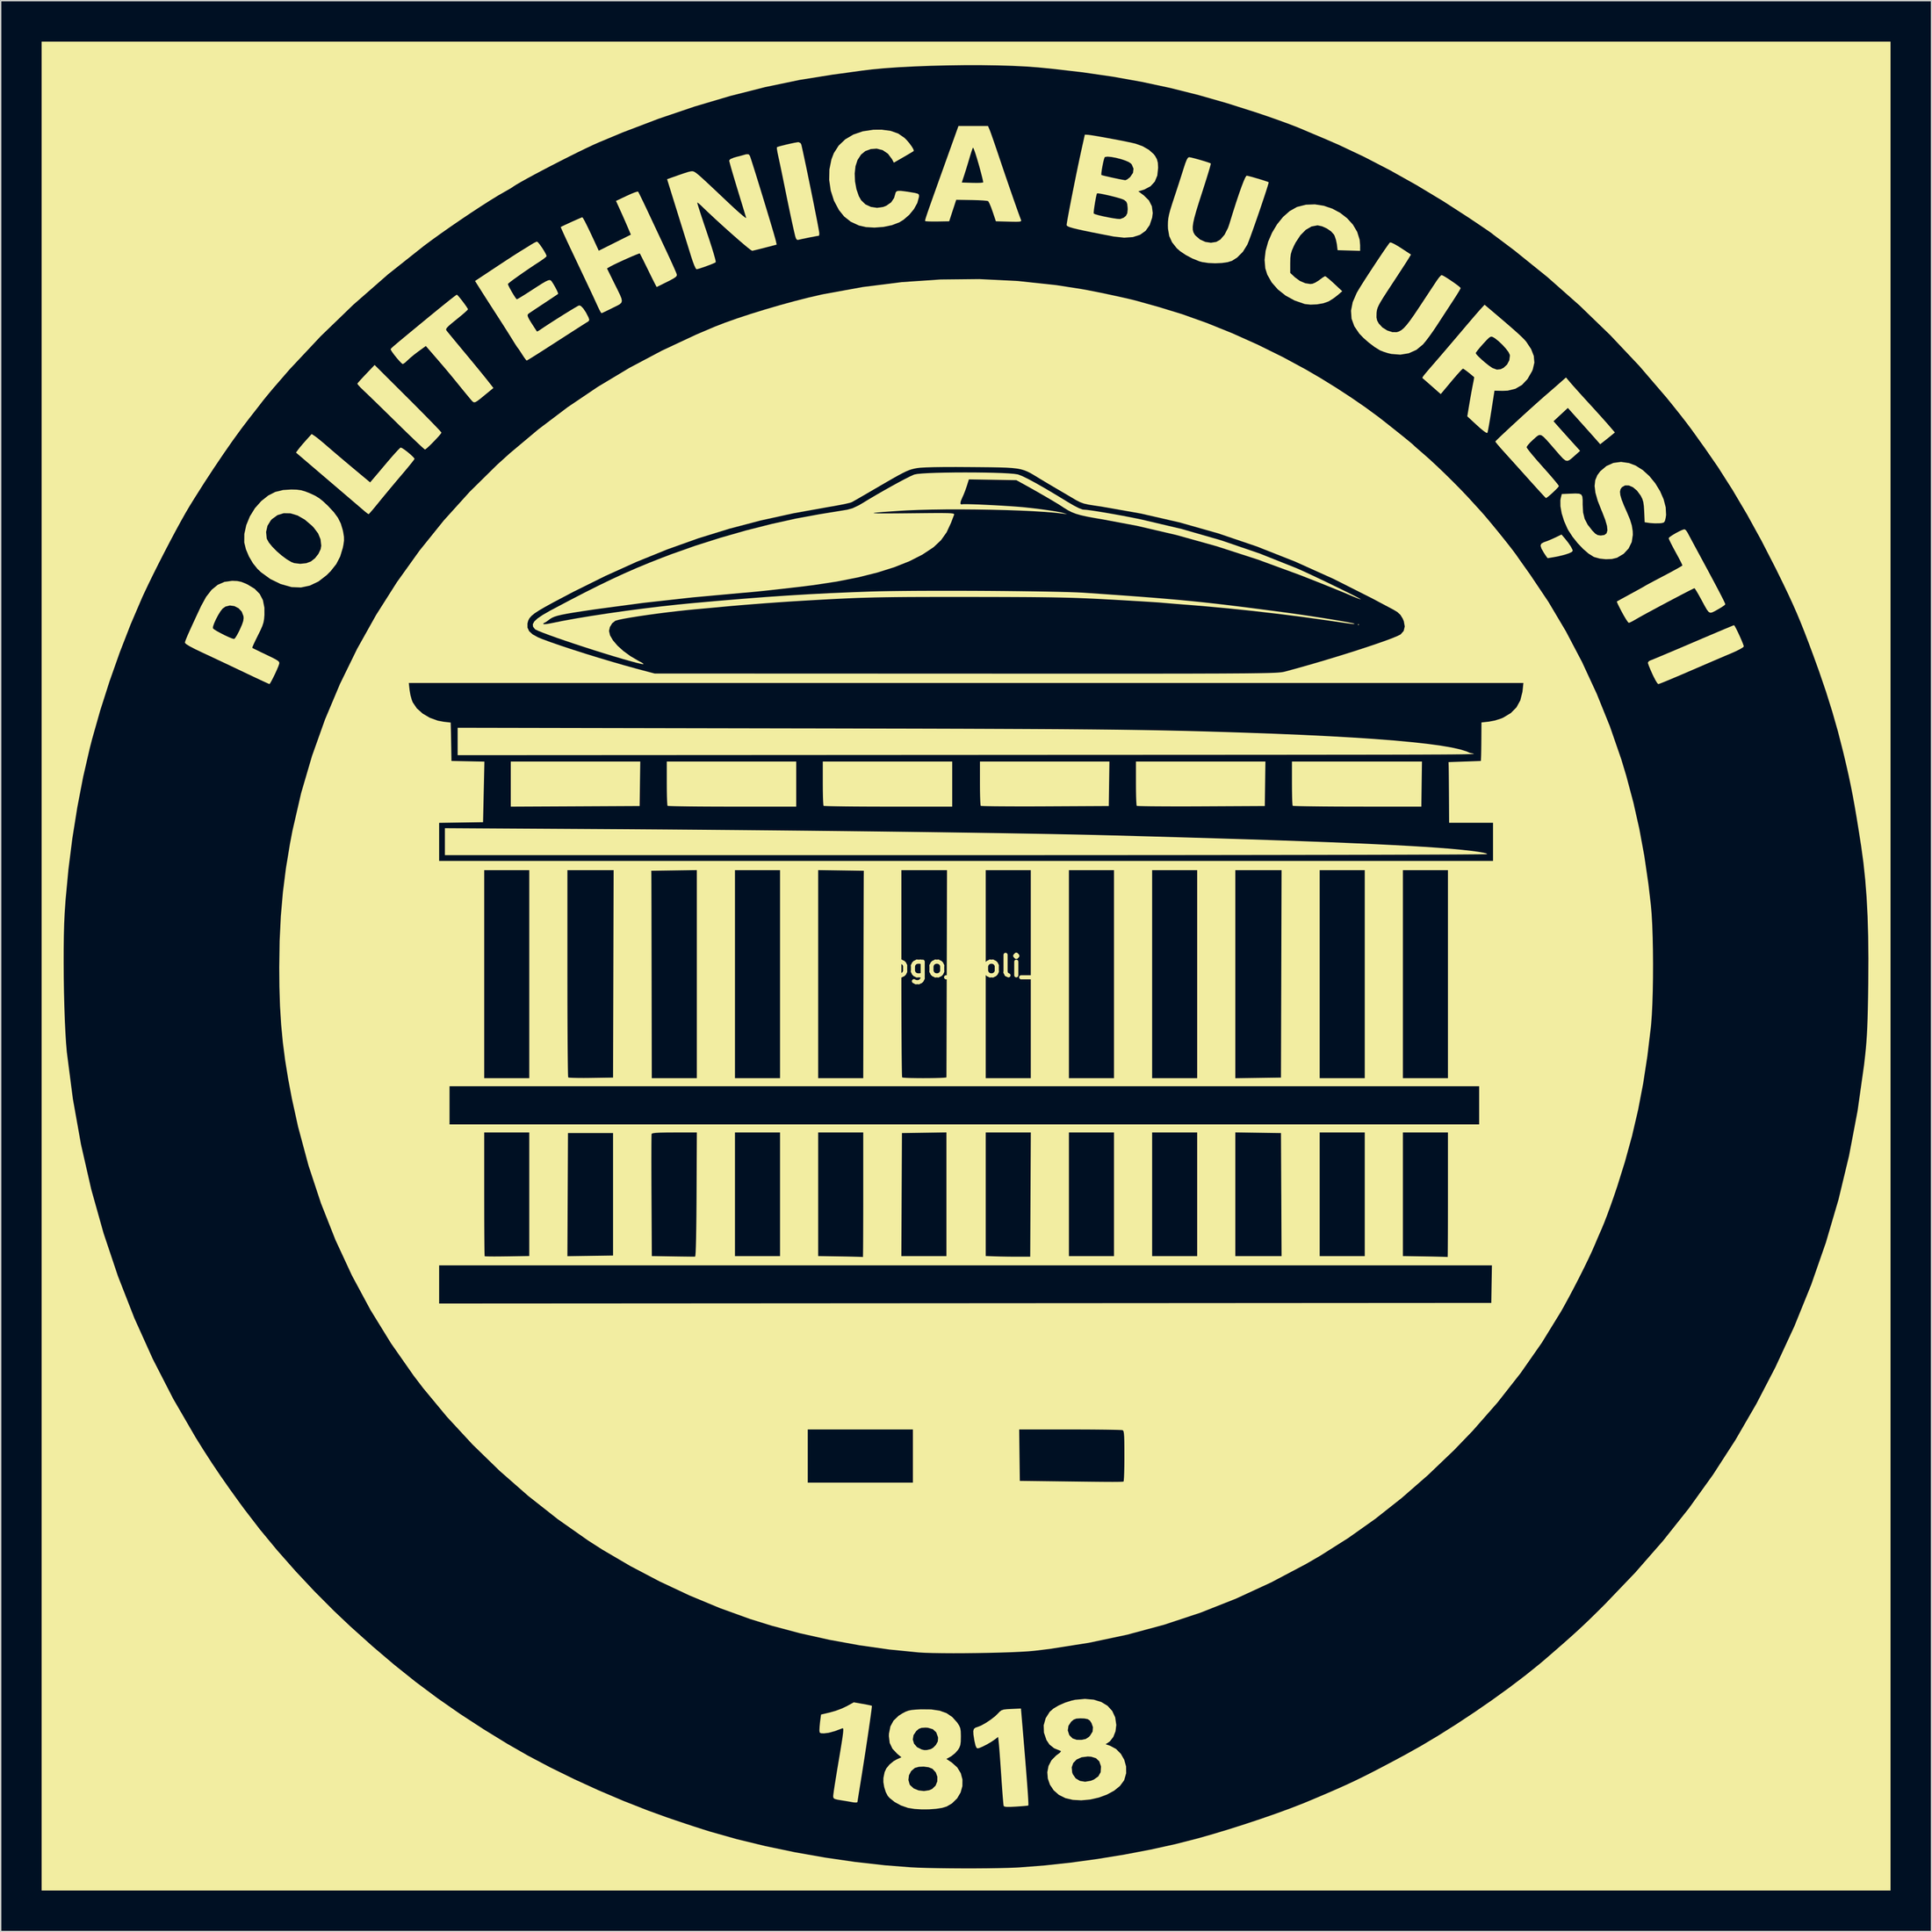
<source format=kicad_pcb>
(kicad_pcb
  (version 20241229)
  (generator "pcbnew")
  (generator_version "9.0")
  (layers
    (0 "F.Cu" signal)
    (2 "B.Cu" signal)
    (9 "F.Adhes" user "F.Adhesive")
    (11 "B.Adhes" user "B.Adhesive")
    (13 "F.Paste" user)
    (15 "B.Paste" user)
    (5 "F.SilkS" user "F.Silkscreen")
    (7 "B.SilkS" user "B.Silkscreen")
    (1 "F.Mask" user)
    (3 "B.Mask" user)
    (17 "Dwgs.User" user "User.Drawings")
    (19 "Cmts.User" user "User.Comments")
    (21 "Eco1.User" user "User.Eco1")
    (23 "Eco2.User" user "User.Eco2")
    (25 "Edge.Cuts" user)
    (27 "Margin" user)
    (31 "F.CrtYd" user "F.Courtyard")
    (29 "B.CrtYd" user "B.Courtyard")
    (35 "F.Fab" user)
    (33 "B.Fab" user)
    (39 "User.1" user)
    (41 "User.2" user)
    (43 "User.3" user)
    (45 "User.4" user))
  (footprint "Logo_Poli_N"
    (layer "F.Cu")
    (at 67.733 67.733)
    (property "Reference" "Logo_Poli_N" (at 0 0 0) (layer "F.SilkS") (effects (font (size 1.5 1.5) (thickness 0.3))))
    (attr board_only exclude_from_pos_files exclude_from_bom)
    (fp_poly (pts (xy 28.787 -25.019) (xy 28.744 -24.977) (xy 28.702 -25.019) (xy 28.744 -25.061)) (stroke (width 0) (type solid)) (fill yes) (layer "F.SilkS"))
    (fp_poly (pts (xy -23.895 -13.356) (xy -23.918 -11.726) (xy -28.639 -11.704) (xy -33.359 -11.683) (xy -33.359 -13.334) (xy -33.359 -14.986) (xy -28.616 -14.986) (xy -23.872 -14.986)) (stroke (width 0) (type solid)) (fill yes) (layer "F.SilkS"))
    (fp_poly (pts (xy -12.446 -13.335) (xy -12.446 -11.684) (xy -17.131 -11.684) (xy -18.006 -11.685) (xy -18.83 -11.688) (xy -19.587 -11.692) (xy -20.263 -11.698) (xy -20.84 -11.706) (xy -21.305 -11.714) (xy -21.64 -11.724) (xy -21.832 -11.734) (xy -21.872 -11.74) (xy -21.89 -11.839) (xy -21.905 -12.08) (xy -21.918 -12.435) (xy -21.926 -12.877) (xy -21.929 -13.38) (xy -21.929 -13.391) (xy -21.929 -14.986) (xy -17.187 -14.986) (xy -12.446 -14.986)) (stroke (width 0) (type solid)) (fill yes) (layer "F.SilkS"))
    (fp_poly (pts (xy -1.016 -13.335) (xy -1.016 -11.684) (xy -5.701 -11.684) (xy -6.576 -11.685) (xy -7.4 -11.688) (xy -8.157 -11.692) (xy -8.833 -11.698) (xy -9.41 -11.706) (xy -9.875 -11.714) (xy -10.21 -11.724) (xy -10.402 -11.734) (xy -10.442 -11.74) (xy -10.46 -11.839) (xy -10.475 -12.08) (xy -10.488 -12.435) (xy -10.496 -12.877) (xy -10.499 -13.38) (xy -10.499 -13.391) (xy -10.499 -14.986) (xy -5.757 -14.986) (xy -1.016 -14.986)) (stroke (width 0) (type solid)) (fill yes) (layer "F.SilkS"))
    (fp_poly (pts (xy 10.479 -13.356) (xy 10.456 -11.726) (xy 5.793 -11.704) (xy 4.92 -11.701) (xy 4.098 -11.7) (xy 3.343 -11.702) (xy 2.67 -11.705) (xy 2.095 -11.709) (xy 1.633 -11.716) (xy 1.3 -11.724) (xy 1.111 -11.733) (xy 1.073 -11.74) (xy 1.055 -11.839) (xy 1.04 -12.079) (xy 1.027 -12.435) (xy 1.019 -12.877) (xy 1.016 -13.38) (xy 1.016 -13.391) (xy 1.016 -14.986) (xy 5.759 -14.986) (xy 10.502 -14.986)) (stroke (width 0) (type solid)) (fill yes) (layer "F.SilkS"))
    (fp_poly (pts (xy 21.909 -13.356) (xy 21.886 -11.726) (xy 17.223 -11.704) (xy 16.35 -11.701) (xy 15.528 -11.7) (xy 14.773 -11.702) (xy 14.1 -11.705) (xy 13.525 -11.709) (xy 13.063 -11.716) (xy 12.73 -11.724) (xy 12.541 -11.733) (xy 12.503 -11.74) (xy 12.485 -11.839) (xy 12.47 -12.079) (xy 12.457 -12.435) (xy 12.449 -12.877) (xy 12.446 -13.38) (xy 12.446 -13.391) (xy 12.446 -14.986) (xy 17.189 -14.986) (xy 21.932 -14.986)) (stroke (width 0) (type solid)) (fill yes) (layer "F.SilkS"))
    (fp_poly (pts (xy 43.877 -31.325) (xy 44.12 -31.019) (xy 44.311 -30.737) (xy 44.427 -30.515) (xy 44.45 -30.423) (xy 44.371 -30.337) (xy 44.155 -30.236) (xy 43.83 -30.131) (xy 43.426 -30.032) (xy 43.143 -29.976) (xy 42.873 -29.929) (xy 42.679 -29.897) (xy 42.612 -29.887) (xy 42.555 -29.953) (xy 42.438 -30.121) (xy 42.331 -30.285) (xy 42.154 -30.595) (xy 42.091 -30.807) (xy 42.145 -30.948) (xy 42.318 -31.049) (xy 42.397 -31.077) (xy 42.657 -31.173) (xy 42.978 -31.31) (xy 43.17 -31.399) (xy 43.625 -31.619)) (stroke (width 0) (type solid)) (fill yes) (layer "F.SilkS"))
    (fp_poly (pts (xy 33.381 -13.526) (xy 33.375 -13.032) (xy 33.369 -12.587) (xy 33.364 -12.222) (xy 33.361 -11.97) (xy 33.36 -11.873) (xy 33.359 -11.682) (xy 28.671 -11.685) (xy 27.796 -11.687) (xy 26.972 -11.69) (xy 26.215 -11.695) (xy 25.539 -11.702) (xy 24.962 -11.709) (xy 24.497 -11.717) (xy 24.162 -11.727) (xy 23.97 -11.737) (xy 23.93 -11.743) (xy 23.913 -11.841) (xy 23.898 -12.081) (xy 23.887 -12.435) (xy 23.879 -12.877) (xy 23.876 -13.379) (xy 23.876 -13.391) (xy 23.876 -14.986) (xy 28.639 -14.986) (xy 33.401 -14.986)) (stroke (width 0) (type solid)) (fill yes) (layer "F.SilkS"))
    (fp_poly (pts (xy -40.887 -41.604) (xy -40.357 -41.074) (xy -39.867 -40.58) (xy -39.429 -40.135) (xy -39.055 -39.752) (xy -38.759 -39.444) (xy -38.552 -39.223) (xy -38.449 -39.103) (xy -38.439 -39.086) (xy -38.495 -38.993) (xy -38.642 -38.818) (xy -38.849 -38.593) (xy -39.083 -38.351) (xy -39.311 -38.125) (xy -39.503 -37.948) (xy -39.625 -37.854) (xy -39.646 -37.846) (xy -39.722 -37.903) (xy -39.903 -38.066) (xy -40.174 -38.319) (xy -40.522 -38.65) (xy -40.931 -39.044) (xy -41.386 -39.487) (xy -41.682 -39.778) (xy -42.183 -40.27) (xy -42.668 -40.745) (xy -43.118 -41.184) (xy -43.515 -41.569) (xy -43.837 -41.88) (xy -44.067 -42.099) (xy -44.135 -42.163) (xy -44.362 -42.383) (xy -44.526 -42.561) (xy -44.6 -42.666) (xy -44.6 -42.677) (xy -44.536 -42.76) (xy -44.379 -42.937) (xy -44.155 -43.18) (xy -43.956 -43.39) (xy -43.335 -44.042)) (stroke (width 0) (type solid)) (fill yes) (layer "F.SilkS"))
    (fp_poly (pts (xy -12.121 -60.292) (xy -12.067 -60.177) (xy -11.975 -59.764) (xy -11.865 -59.256) (xy -11.742 -58.675) (xy -11.61 -58.043) (xy -11.474 -57.381) (xy -11.337 -56.712) (xy -11.205 -56.058) (xy -11.082 -55.441) (xy -10.971 -54.882) (xy -10.879 -54.404) (xy -10.809 -54.028) (xy -10.765 -53.777) (xy -10.753 -53.677) (xy -10.767 -53.54) (xy -10.788 -53.509) (xy -10.899 -53.493) (xy -11.128 -53.452) (xy -11.423 -53.395) (xy -11.737 -53.331) (xy -12.02 -53.272) (xy -12.223 -53.227) (xy -12.285 -53.21) (xy -12.395 -53.214) (xy -12.473 -53.332) (xy -12.52 -53.484) (xy -12.589 -53.772) (xy -12.686 -54.201) (xy -12.805 -54.747) (xy -12.94 -55.384) (xy -13.087 -56.088) (xy -13.239 -56.834) (xy -13.329 -57.277) (xy -13.436 -57.805) (xy -13.544 -58.327) (xy -13.643 -58.798) (xy -13.724 -59.175) (xy -13.76 -59.336) (xy -13.823 -59.639) (xy -13.86 -59.871) (xy -13.864 -59.99) (xy -13.861 -59.996) (xy -13.76 -60.037) (xy -13.539 -60.099) (xy -13.245 -60.173) (xy -12.924 -60.248) (xy -12.621 -60.312) (xy -12.384 -60.355) (xy -12.273 -60.367)) (stroke (width 0) (type solid)) (fill yes) (layer "F.SilkS"))
    (fp_poly (pts (xy 56.322 -24.905) (xy 56.424 -24.717) (xy 56.554 -24.454) (xy 56.692 -24.155) (xy 56.821 -23.861) (xy 56.922 -23.613) (xy 56.976 -23.45) (xy 56.981 -23.42) (xy 56.906 -23.341) (xy 56.701 -23.218) (xy 56.392 -23.064) (xy 56.071 -22.922) (xy 55.742 -22.783) (xy 55.29 -22.59) (xy 54.747 -22.358) (xy 54.146 -22.099) (xy 53.518 -21.829) (xy 52.986 -21.599) (xy 52.417 -21.354) (xy 51.897 -21.134) (xy 51.447 -20.945) (xy 51.087 -20.797) (xy 50.838 -20.699) (xy 50.721 -20.659) (xy 50.717 -20.659) (xy 50.643 -20.731) (xy 50.522 -20.924) (xy 50.375 -21.205) (xy 50.288 -21.387) (xy 50.142 -21.716) (xy 50.028 -21.994) (xy 49.963 -22.18) (xy 49.953 -22.228) (xy 50.024 -22.337) (xy 50.144 -22.399) (xy 50.263 -22.445) (xy 50.519 -22.549) (xy 50.894 -22.706) (xy 51.369 -22.906) (xy 51.926 -23.141) (xy 52.547 -23.405) (xy 53.212 -23.689) (xy 53.277 -23.717) (xy 53.938 -24) (xy 54.551 -24.26) (xy 55.096 -24.491) (xy 55.557 -24.686) (xy 55.917 -24.836) (xy 56.159 -24.936) (xy 56.264 -24.976) (xy 56.267 -24.977)) (stroke (width 0) (type solid)) (fill yes) (layer "F.SilkS"))
    (fp_poly (pts (xy 4.082 55.118) (xy 4.193 56.435) (xy 4.289 57.588) (xy 4.37 58.582) (xy 4.436 59.422) (xy 4.489 60.112) (xy 4.528 60.658) (xy 4.553 61.065) (xy 4.566 61.336) (xy 4.566 61.478) (xy 4.561 61.502) (xy 4.469 61.519) (xy 4.244 61.541) (xy 3.925 61.566) (xy 3.659 61.584) (xy 3.241 61.605) (xy 2.967 61.604) (xy 2.812 61.58) (xy 2.752 61.532) (xy 2.737 61.42) (xy 2.712 61.165) (xy 2.681 60.79) (xy 2.646 60.321) (xy 2.607 59.784) (xy 2.584 59.436) (xy 2.544 58.841) (xy 2.504 58.273) (xy 2.467 57.765) (xy 2.435 57.348) (xy 2.41 57.053) (xy 2.401 56.963) (xy 2.35 56.48) (xy 2.085 56.678) (xy 1.826 56.853) (xy 1.523 57.029) (xy 1.225 57.181) (xy 0.979 57.286) (xy 0.843 57.319) (xy 0.762 57.27) (xy 0.69 57.105) (xy 0.62 56.802) (xy 0.599 56.688) (xy 0.539 56.302) (xy 0.528 56.047) (xy 0.574 55.891) (xy 0.685 55.801) (xy 0.816 55.758) (xy 1.095 55.648) (xy 1.443 55.455) (xy 1.805 55.214) (xy 2.13 54.96) (xy 2.321 54.776) (xy 2.468 54.621) (xy 2.598 54.526) (xy 2.758 54.473) (xy 2.996 54.446) (xy 3.314 54.429) (xy 4.022 54.398)) (stroke (width 0) (type solid)) (fill yes) (layer "F.SilkS"))
    (fp_poly (pts (xy -47.717 -38.832) (xy -47.56 -38.716) (xy -47.313 -38.517) (xy -47.011 -38.264) (xy -46.74 -38.03) (xy -46.411 -37.747) (xy -45.994 -37.391) (xy -45.532 -37) (xy -45.068 -36.61) (xy -44.829 -36.41) (xy -43.664 -35.439) (xy -43.443 -35.698) (xy -43.311 -35.854) (xy -43.094 -36.109) (xy -42.821 -36.433) (xy -42.515 -36.795) (xy -42.384 -36.951) (xy -42.085 -37.299) (xy -41.818 -37.6) (xy -41.604 -37.83) (xy -41.465 -37.966) (xy -41.429 -37.991) (xy -41.329 -37.955) (xy -41.146 -37.836) (xy -40.922 -37.666) (xy -40.698 -37.477) (xy -40.514 -37.303) (xy -40.411 -37.176) (xy -40.408 -37.17) (xy -40.453 -37.095) (xy -40.592 -36.913) (xy -40.807 -36.646) (xy -41.081 -36.315) (xy -41.352 -35.996) (xy -41.737 -35.541) (xy -42.15 -35.048) (xy -42.55 -34.566) (xy -42.898 -34.144) (xy -43.023 -33.989) (xy -43.287 -33.665) (xy -43.513 -33.395) (xy -43.68 -33.204) (xy -43.766 -33.115) (xy -43.773 -33.111) (xy -43.859 -33.16) (xy -44.014 -33.281) (xy -44.034 -33.298) (xy -44.147 -33.395) (xy -44.373 -33.588) (xy -44.696 -33.864) (xy -45.1 -34.209) (xy -45.57 -34.611) (xy -46.09 -35.055) (xy -46.644 -35.528) (xy -46.674 -35.554) (xy -49.096 -37.623) (xy -48.939 -37.84) (xy -48.803 -38.013) (xy -48.597 -38.258) (xy -48.365 -38.521) (xy -47.948 -38.983)) (stroke (width 0) (type solid)) (fill yes) (layer "F.SilkS"))
    (fp_poly (pts (xy -7.58 54.057) (xy -7.27 54.113) (xy -7.032 54.163) (xy -6.909 54.195) (xy -6.902 54.199) (xy -6.906 54.288) (xy -6.934 54.524) (xy -6.982 54.886) (xy -7.048 55.355) (xy -7.128 55.91) (xy -7.22 56.53) (xy -7.32 57.196) (xy -7.426 57.888) (xy -7.535 58.584) (xy -7.642 59.264) (xy -7.741 59.876) (xy -7.815 60.33) (xy -7.878 60.724) (xy -7.926 61.027) (xy -7.954 61.211) (xy -7.959 61.252) (xy -8.032 61.286) (xy -8.215 61.279) (xy -8.382 61.251) (xy -8.525 61.225) (xy -8.782 61.181) (xy -9.098 61.13) (xy -9.123 61.126) (xy -9.438 61.073) (xy -9.622 61.024) (xy -9.709 60.96) (xy -9.734 60.864) (xy -9.736 60.804) (xy -9.721 60.664) (xy -9.682 60.381) (xy -9.621 59.978) (xy -9.541 59.479) (xy -9.448 58.908) (xy -9.344 58.287) (xy -9.326 58.184) (xy -9.207 57.478) (xy -9.117 56.923) (xy -9.053 56.502) (xy -9.014 56.2) (xy -8.998 56) (xy -9.003 55.886) (xy -9.027 55.842) (xy -9.052 55.844) (xy -9.596 56.047) (xy -10.061 56.175) (xy -10.412 56.219) (xy -10.629 56.21) (xy -10.725 56.157) (xy -10.747 56.021) (xy -10.745 55.944) (xy -10.729 55.688) (xy -10.697 55.37) (xy -10.682 55.253) (xy -10.626 54.838) (xy -9.951 54.679) (xy -9.54 54.56) (xy -9.11 54.4) (xy -8.753 54.233) (xy -8.752 54.232) (xy -8.228 53.944)) (stroke (width 0) (type solid)) (fill yes) (layer "F.SilkS"))
    (fp_poly (pts (xy -27.707 -10.044) (xy -24.93 -10.028) (xy -22.17 -10.009) (xy -19.435 -9.988) (xy -16.736 -9.966) (xy -14.082 -9.942) (xy -11.482 -9.917) (xy -8.946 -9.89) (xy -6.484 -9.862) (xy -4.104 -9.833) (xy -1.817 -9.803) (xy 0.368 -9.772) (xy 2.442 -9.74) (xy 4.395 -9.707) (xy 6.217 -9.674) (xy 7.899 -9.64) (xy 9.432 -9.606) (xy 10.806 -9.572) (xy 10.922 -9.569) (xy 13.651 -9.494) (xy 16.214 -9.421) (xy 18.615 -9.349) (xy 20.858 -9.279) (xy 22.945 -9.209) (xy 24.881 -9.14) (xy 26.669 -9.073) (xy 28.313 -9.005) (xy 29.816 -8.939) (xy 31.182 -8.872) (xy 32.415 -8.806) (xy 33.517 -8.74) (xy 34.493 -8.674) (xy 35.346 -8.608) (xy 35.56 -8.59) (xy 36.349 -8.516) (xy 37.007 -8.443) (xy 37.528 -8.374) (xy 37.903 -8.308) (xy 38.124 -8.248) (xy 38.185 -8.201) (xy 38.101 -8.196) (xy 37.853 -8.191) (xy 37.445 -8.186) (xy 36.884 -8.182) (xy 36.174 -8.177) (xy 35.319 -8.173) (xy 34.326 -8.169) (xy 33.199 -8.165) (xy 31.943 -8.161) (xy 30.563 -8.157) (xy 29.065 -8.153) (xy 27.453 -8.15) (xy 25.733 -8.147) (xy 23.91 -8.144) (xy 21.988 -8.141) (xy 19.973 -8.139) (xy 17.869 -8.136) (xy 15.683 -8.134) (xy 13.418 -8.133) (xy 11.081 -8.131) (xy 8.675 -8.13) (xy 6.207 -8.129) (xy 3.681 -8.128) (xy 1.103 -8.128) (xy 0 -8.128) (xy -38.185 -8.128) (xy -38.185 -9.116) (xy -38.185 -10.103)) (stroke (width 0) (type solid)) (fill yes) (layer "F.SilkS"))
    (fp_poly (pts (xy -5.522 -61.193) (xy -4.973 -60.997) (xy -4.517 -60.684) (xy -4.354 -60.523) (xy -4.141 -60.272) (xy -3.968 -60.03) (xy -3.856 -59.836) (xy -3.832 -59.726) (xy -3.836 -59.72) (xy -3.922 -59.663) (xy -4.122 -59.543) (xy -4.399 -59.38) (xy -4.584 -59.273) (xy -5.292 -58.865) (xy -5.432 -59.129) (xy -5.725 -59.52) (xy -6.106 -59.779) (xy -6.548 -59.894) (xy -6.978 -59.862) (xy -7.383 -59.713) (xy -7.694 -59.459) (xy -7.948 -59.068) (xy -7.955 -59.055) (xy -8.101 -58.609) (xy -8.161 -58.072) (xy -8.137 -57.493) (xy -8.035 -56.925) (xy -7.86 -56.416) (xy -7.688 -56.111) (xy -7.377 -55.81) (xy -6.975 -55.622) (xy -6.526 -55.555) (xy -6.073 -55.618) (xy -5.84 -55.712) (xy -5.489 -55.957) (xy -5.275 -56.279) (xy -5.198 -56.541) (xy -5.161 -56.675) (xy -5.098 -56.76) (xy -4.978 -56.799) (xy -4.773 -56.798) (xy -4.456 -56.76) (xy -4.064 -56.699) (xy -3.743 -56.645) (xy -3.555 -56.598) (xy -3.468 -56.539) (xy -3.447 -56.448) (xy -3.455 -56.344) (xy -3.572 -55.912) (xy -3.819 -55.465) (xy -4.165 -55.043) (xy -4.58 -54.684) (xy -4.896 -54.49) (xy -5.434 -54.285) (xy -6.058 -54.156) (xy -6.711 -54.107) (xy -7.334 -54.143) (xy -7.849 -54.26) (xy -8.449 -54.537) (xy -8.94 -54.927) (xy -9.314 -55.393) (xy -9.676 -56.071) (xy -9.916 -56.818) (xy -10.029 -57.596) (xy -10.013 -58.371) (xy -9.865 -59.106) (xy -9.691 -59.559) (xy -9.335 -60.116) (xy -8.853 -60.574) (xy -8.258 -60.925) (xy -7.566 -61.162) (xy -6.793 -61.277) (xy -6.185 -61.281)) (stroke (width 0) (type solid)) (fill yes) (layer "F.SilkS"))
    (fp_poly (pts (xy 26.206 -55.708) (xy 26.831 -55.496) (xy 27.41 -55.186) (xy 27.921 -54.79) (xy 28.344 -54.322) (xy 28.655 -53.795) (xy 28.835 -53.222) (xy 28.871 -52.821) (xy 28.871 -52.403) (xy 28.046 -52.427) (xy 27.22 -52.451) (xy 27.167 -52.886) (xy 27.103 -53.202) (xy 27.004 -53.496) (xy 26.956 -53.593) (xy 26.747 -53.827) (xy 26.435 -54.042) (xy 26.085 -54.202) (xy 25.762 -54.271) (xy 25.739 -54.271) (xy 25.306 -54.188) (xy 24.889 -53.945) (xy 24.499 -53.551) (xy 24.145 -53.014) (xy 24.015 -52.758) (xy 23.876 -52.441) (xy 23.795 -52.173) (xy 23.758 -51.882) (xy 23.749 -51.495) (xy 23.749 -51.493) (xy 23.749 -50.788) (xy 24.099 -50.461) (xy 24.458 -50.199) (xy 24.85 -50.031) (xy 25.224 -49.974) (xy 25.39 -49.995) (xy 25.593 -50.081) (xy 25.838 -50.233) (xy 25.924 -50.297) (xy 26.124 -50.445) (xy 26.272 -50.534) (xy 26.309 -50.546) (xy 26.399 -50.492) (xy 26.58 -50.346) (xy 26.821 -50.134) (xy 26.97 -49.997) (xy 27.559 -49.447) (xy 27.223 -49.156) (xy 26.943 -48.94) (xy 26.637 -48.744) (xy 26.532 -48.687) (xy 26.165 -48.56) (xy 25.709 -48.483) (xy 25.239 -48.462) (xy 24.832 -48.505) (xy 24.796 -48.514) (xy 24.07 -48.765) (xy 23.413 -49.124) (xy 22.847 -49.572) (xy 22.392 -50.09) (xy 22.069 -50.659) (xy 21.923 -51.122) (xy 21.871 -51.741) (xy 21.946 -52.403) (xy 22.134 -53.078) (xy 22.42 -53.736) (xy 22.787 -54.348) (xy 23.22 -54.884) (xy 23.704 -55.313) (xy 24.222 -55.607) (xy 24.268 -55.625) (xy 24.903 -55.786) (xy 25.556 -55.809)) (stroke (width 0) (type solid)) (fill yes) (layer "F.SilkS"))
    (fp_poly (pts (xy -49.045 -34.907) (xy -48.733 -34.866) (xy -48.429 -34.78) (xy -48.058 -34.633) (xy -47.701 -34.466) (xy -47.402 -34.285) (xy -47.106 -34.05) (xy -46.761 -33.725) (xy -46.742 -33.706) (xy -46.324 -33.257) (xy -46.024 -32.847) (xy -45.815 -32.429) (xy -45.672 -31.954) (xy -45.633 -31.773) (xy -45.583 -31.453) (xy -45.578 -31.176) (xy -45.622 -30.861) (xy -45.669 -30.634) (xy -45.859 -30.007) (xy -46.142 -29.46) (xy -46.547 -28.946) (xy -46.849 -28.643) (xy -47.447 -28.181) (xy -48.078 -27.879) (xy -48.732 -27.739) (xy -49.401 -27.765) (xy -49.445 -27.773) (xy -50.226 -27.994) (xy -50.977 -28.361) (xy -51.654 -28.851) (xy -51.917 -29.099) (xy -52.251 -29.515) (xy -52.545 -30.016) (xy -52.766 -30.541) (xy -52.885 -31.028) (xy -52.887 -31.043) (xy -52.882 -31.659) (xy -52.849 -31.808) (xy -51.287 -31.808) (xy -51.243 -31.349) (xy -51.225 -31.288) (xy -51.085 -31.033) (xy -50.834 -30.725) (xy -50.509 -30.396) (xy -50.144 -30.079) (xy -49.776 -29.806) (xy -49.442 -29.607) (xy -49.234 -29.526) (xy -48.789 -29.472) (xy -48.348 -29.518) (xy -48.01 -29.641) (xy -47.706 -29.879) (xy -47.454 -30.2) (xy -47.288 -30.548) (xy -47.244 -30.805) (xy -47.299 -31.274) (xy -47.475 -31.7) (xy -47.79 -32.12) (xy -47.925 -32.262) (xy -48.452 -32.711) (xy -48.982 -33.015) (xy -49.502 -33.172) (xy -49.997 -33.181) (xy -50.453 -33.04) (xy -50.857 -32.747) (xy -50.944 -32.655) (xy -51.184 -32.261) (xy -51.287 -31.808) (xy -52.849 -31.808) (xy -52.739 -32.307) (xy -52.474 -32.951) (xy -52.103 -33.551) (xy -51.641 -34.07) (xy -51.639 -34.072) (xy -51.131 -34.476) (xy -50.615 -34.74) (xy -50.044 -34.88) (xy -49.445 -34.917)) (stroke (width 0) (type solid)) (fill yes) (layer "F.SilkS"))
    (fp_poly (pts (xy -37.236 -49.128) (xy -37.097 -48.967) (xy -36.923 -48.748) (xy -36.747 -48.513) (xy -36.598 -48.301) (xy -36.508 -48.155) (xy -36.496 -48.118) (xy -36.56 -48.042) (xy -36.732 -47.883) (xy -36.987 -47.665) (xy -37.3 -47.41) (xy -37.338 -47.379) (xy -37.687 -47.096) (xy -37.918 -46.895) (xy -38.049 -46.756) (xy -38.099 -46.66) (xy -38.084 -46.587) (xy -38.075 -46.572) (xy -37.993 -46.469) (xy -37.819 -46.257) (xy -37.571 -45.956) (xy -37.265 -45.586) (xy -36.919 -45.169) (xy -36.741 -44.955) (xy -36.354 -44.489) (xy -35.975 -44.03) (xy -35.626 -43.605) (xy -35.333 -43.244) (xy -35.117 -42.976) (xy -35.07 -42.916) (xy -34.631 -42.356) (xy -35.244 -41.854) (xy -35.575 -41.582) (xy -35.804 -41.407) (xy -35.957 -41.317) (xy -36.064 -41.305) (xy -36.155 -41.36) (xy -36.257 -41.473) (xy -36.292 -41.514) (xy -36.44 -41.691) (xy -36.664 -41.962) (xy -36.933 -42.29) (xy -37.211 -42.632) (xy -37.512 -43.002) (xy -37.78 -43.328) (xy -38.044 -43.644) (xy -38.331 -43.983) (xy -38.672 -44.38) (xy -39.094 -44.869) (xy -39.116 -44.894) (xy -39.582 -45.432) (xy -40.132 -45.033) (xy -40.434 -44.804) (xy -40.714 -44.573) (xy -40.918 -44.386) (xy -40.931 -44.373) (xy -41.107 -44.21) (xy -41.247 -44.119) (xy -41.277 -44.111) (xy -41.368 -44.174) (xy -41.523 -44.334) (xy -41.712 -44.552) (xy -41.901 -44.787) (xy -42.057 -45.001) (xy -42.148 -45.152) (xy -42.159 -45.191) (xy -42.151 -45.216) (xy -42.121 -45.255) (xy -42.056 -45.319) (xy -41.942 -45.422) (xy -41.766 -45.572) (xy -41.515 -45.784) (xy -41.175 -46.066) (xy -40.733 -46.432) (xy -40.175 -46.892) (xy -40.085 -46.967) (xy -39.328 -47.59) (xy -38.687 -48.114) (xy -38.166 -48.536) (xy -37.766 -48.856) (xy -37.489 -49.07) (xy -37.338 -49.178) (xy -37.311 -49.191)) (stroke (width 0) (type solid)) (fill yes) (layer "F.SilkS"))
    (fp_poly (pts (xy 1.74 -61.235) (xy 1.806 -61.061) (xy 1.915 -60.754) (xy 2.057 -60.346) (xy 2.222 -59.864) (xy 2.4 -59.337) (xy 2.452 -59.182) (xy 2.637 -58.633) (xy 2.84 -58.034) (xy 3.054 -57.412) (xy 3.268 -56.792) (xy 3.473 -56.202) (xy 3.661 -55.668) (xy 3.822 -55.216) (xy 3.947 -54.873) (xy 4.024 -54.671) (xy 4.038 -54.605) (xy 4.001 -54.564) (xy 3.886 -54.541) (xy 3.667 -54.534) (xy 3.315 -54.539) (xy 3.134 -54.544) (xy 2.184 -54.568) (xy 1.945 -55.278) (xy 1.828 -55.604) (xy 1.718 -55.866) (xy 1.633 -56.024) (xy 1.61 -56.049) (xy 1.492 -56.072) (xy 1.241 -56.095) (xy 0.889 -56.113) (xy 0.474 -56.125) (xy 0.394 -56.126) (xy -0.723 -56.144) (xy -0.981 -55.356) (xy -1.239 -54.568) (xy -2.095 -54.554) (xy -2.458 -54.553) (xy -2.754 -54.559) (xy -2.945 -54.572) (xy -2.994 -54.584) (xy -3.002 -54.601) (xy -3 -54.638) (xy -2.985 -54.707) (xy -2.952 -54.82) (xy -2.897 -54.991) (xy -2.816 -55.231) (xy -2.705 -55.552) (xy -2.558 -55.967) (xy -2.373 -56.489) (xy -2.144 -57.129) (xy -2.044 -57.41) (xy -0.314 -57.41) (xy 0.457 -57.386) (xy 0.798 -57.381) (xy 1.069 -57.389) (xy 1.228 -57.408) (xy 1.254 -57.421) (xy 1.242 -57.518) (xy 1.189 -57.75) (xy 1.104 -58.085) (xy 0.994 -58.495) (xy 0.921 -58.755) (xy 0.795 -59.185) (xy 0.682 -59.545) (xy 0.589 -59.808) (xy 0.526 -59.951) (xy 0.506 -59.966) (xy 0.458 -59.86) (xy 0.38 -59.633) (xy 0.285 -59.328) (xy 0.255 -59.224) (xy 0.131 -58.808) (xy -0.005 -58.364) (xy -0.125 -57.985) (xy -0.127 -57.979) (xy -0.314 -57.41) (xy -2.044 -57.41) (xy -1.868 -57.901) (xy -1.54 -58.815) (xy -1.432 -59.118) (xy -0.558 -61.553) (xy 0.524 -61.553) (xy 1.606 -61.553)) (stroke (width 0) (type solid)) (fill yes) (layer "F.SilkS"))
    (fp_poly (pts (xy -12.933 -17.416) (xy -10.429 -17.412) (xy -8.086 -17.407) (xy -5.897 -17.402) (xy -3.855 -17.398) (xy -1.95 -17.393) (xy -0.176 -17.388) (xy 1.476 -17.382) (xy 3.012 -17.376) (xy 4.442 -17.37) (xy 5.773 -17.363) (xy 7.012 -17.356) (xy 8.167 -17.347) (xy 9.246 -17.338) (xy 10.258 -17.328) (xy 11.209 -17.318) (xy 12.107 -17.306) (xy 12.961 -17.293) (xy 13.778 -17.279) (xy 14.565 -17.264) (xy 15.332 -17.247) (xy 16.084 -17.23) (xy 16.831 -17.21) (xy 17.58 -17.19) (xy 18.338 -17.167) (xy 19.114 -17.143) (xy 19.916 -17.118) (xy 20.405 -17.101) (xy 22.612 -17.022) (xy 24.67 -16.937) (xy 26.577 -16.844) (xy 28.332 -16.744) (xy 29.933 -16.638) (xy 31.377 -16.526) (xy 32.665 -16.407) (xy 33.792 -16.283) (xy 34.759 -16.152) (xy 35.563 -16.016) (xy 36.202 -15.874) (xy 36.674 -15.727) (xy 36.885 -15.631) (xy 36.914 -15.62) (xy 36.955 -15.609) (xy 37.004 -15.599) (xy 37.055 -15.59) (xy 37.106 -15.581) (xy 37.15 -15.573) (xy 37.184 -15.565) (xy 37.204 -15.558) (xy 37.204 -15.551) (xy 37.181 -15.544) (xy 37.129 -15.538) (xy 37.045 -15.533) (xy 36.924 -15.528) (xy 36.761 -15.523) (xy 36.552 -15.518) (xy 36.293 -15.514) (xy 35.979 -15.511) (xy 35.605 -15.507) (xy 35.168 -15.504) (xy 34.662 -15.501) (xy 34.084 -15.499) (xy 33.428 -15.496) (xy 32.69 -15.494) (xy 31.866 -15.492) (xy 30.952 -15.49) (xy 29.942 -15.489) (xy 28.833 -15.487) (xy 27.62 -15.486) (xy 26.298 -15.485) (xy 24.863 -15.484) (xy 23.311 -15.482) (xy 21.637 -15.481) (xy 19.836 -15.48) (xy 17.904 -15.479) (xy 15.837 -15.478) (xy 13.631 -15.477) (xy 11.28 -15.476) (xy 8.78 -15.475) (xy 6.127 -15.474) (xy 3.316 -15.472) (xy 0.343 -15.471) (xy -1.545 -15.47) (xy -37.253 -15.452) (xy -37.253 -16.456) (xy -37.253 -17.46)) (stroke (width 0) (type solid)) (fill yes) (layer "F.SilkS"))
    (fp_poly (pts (xy 16.473 -59.244) (xy 16.716 -59.185) (xy 17.021 -59.102) (xy 17.34 -59.009) (xy 17.629 -58.92) (xy 17.842 -58.846) (xy 17.931 -58.805) (xy 17.917 -58.717) (xy 17.855 -58.49) (xy 17.754 -58.146) (xy 17.618 -57.705) (xy 17.455 -57.189) (xy 17.283 -56.654) (xy 17.045 -55.915) (xy 16.861 -55.316) (xy 16.728 -54.839) (xy 16.644 -54.464) (xy 16.606 -54.174) (xy 16.61 -53.949) (xy 16.654 -53.77) (xy 16.734 -53.619) (xy 16.805 -53.526) (xy 17.136 -53.238) (xy 17.528 -53.059) (xy 17.939 -52.997) (xy 18.328 -53.058) (xy 18.624 -53.224) (xy 18.936 -53.583) (xy 19.19 -54.08) (xy 19.286 -54.356) (xy 19.539 -55.179) (xy 19.775 -55.918) (xy 19.989 -56.559) (xy 20.177 -57.091) (xy 20.335 -57.501) (xy 20.458 -57.776) (xy 20.541 -57.904) (xy 20.558 -57.912) (xy 20.678 -57.888) (xy 20.913 -57.827) (xy 21.216 -57.741) (xy 21.54 -57.645) (xy 21.838 -57.552) (xy 22.065 -57.476) (xy 22.17 -57.434) (xy 22.156 -57.35) (xy 22.092 -57.132) (xy 21.989 -56.803) (xy 21.853 -56.387) (xy 21.694 -55.911) (xy 21.52 -55.396) (xy 21.339 -54.87) (xy 21.159 -54.354) (xy 20.989 -53.875) (xy 20.838 -53.457) (xy 20.713 -53.123) (xy 20.623 -52.899) (xy 20.603 -52.853) (xy 20.28 -52.335) (xy 19.86 -51.913) (xy 19.489 -51.676) (xy 19.17 -51.575) (xy 18.74 -51.513) (xy 18.252 -51.492) (xy 17.76 -51.513) (xy 17.316 -51.577) (xy 17.103 -51.633) (xy 16.596 -51.836) (xy 16.103 -52.097) (xy 15.678 -52.382) (xy 15.436 -52.596) (xy 15.093 -53.029) (xy 14.885 -53.487) (xy 14.794 -54.02) (xy 14.786 -54.26) (xy 14.792 -54.534) (xy 14.818 -54.791) (xy 14.872 -55.071) (xy 14.962 -55.409) (xy 15.097 -55.843) (xy 15.22 -56.219) (xy 15.395 -56.75) (xy 15.577 -57.307) (xy 15.747 -57.835) (xy 15.888 -58.278) (xy 15.925 -58.399) (xy 16.06 -58.811) (xy 16.167 -59.079) (xy 16.257 -59.224) (xy 16.337 -59.267)) (stroke (width 0) (type solid)) (fill yes) (layer "F.SilkS"))
    (fp_poly (pts (xy 48.57 -36.857) (xy 49.054 -36.672) (xy 49.58 -36.34) (xy 50.066 -35.898) (xy 50.493 -35.375) (xy 50.846 -34.799) (xy 51.108 -34.201) (xy 51.261 -33.611) (xy 51.289 -33.057) (xy 51.258 -32.837) (xy 51.202 -32.61) (xy 51.121 -32.499) (xy 50.961 -32.456) (xy 50.8 -32.442) (xy 50.466 -32.437) (xy 50.127 -32.46) (xy 50.069 -32.467) (xy 49.719 -32.519) (xy 49.685 -33.303) (xy 49.66 -33.709) (xy 49.618 -33.999) (xy 49.549 -34.227) (xy 49.439 -34.448) (xy 49.421 -34.479) (xy 49.159 -34.833) (xy 48.863 -35.082) (xy 48.561 -35.214) (xy 48.279 -35.216) (xy 48.054 -35.088) (xy 47.951 -34.942) (xy 47.91 -34.755) (xy 47.936 -34.506) (xy 48.033 -34.173) (xy 48.206 -33.733) (xy 48.424 -33.244) (xy 48.643 -32.722) (xy 48.777 -32.284) (xy 48.842 -31.873) (xy 48.852 -31.598) (xy 48.772 -31.071) (xy 48.543 -30.599) (xy 48.181 -30.208) (xy 47.703 -29.922) (xy 47.691 -29.917) (xy 47.324 -29.827) (xy 46.876 -29.808) (xy 46.417 -29.857) (xy 46.019 -29.971) (xy 45.974 -29.991) (xy 45.61 -30.22) (xy 45.209 -30.566) (xy 44.805 -30.99) (xy 44.433 -31.458) (xy 44.126 -31.931) (xy 44.056 -32.061) (xy 43.812 -32.616) (xy 43.639 -33.173) (xy 43.547 -33.691) (xy 43.543 -34.131) (xy 43.568 -34.272) (xy 43.646 -34.586) (xy 44.237 -34.612) (xy 44.647 -34.627) (xy 44.916 -34.613) (xy 45.075 -34.544) (xy 45.152 -34.397) (xy 45.176 -34.146) (xy 45.176 -33.806) (xy 45.207 -33.237) (xy 45.321 -32.769) (xy 45.541 -32.343) (xy 45.885 -31.903) (xy 46.095 -31.689) (xy 46.27 -31.581) (xy 46.468 -31.548) (xy 46.517 -31.547) (xy 46.769 -31.585) (xy 46.927 -31.709) (xy 46.99 -31.927) (xy 46.958 -32.252) (xy 46.831 -32.694) (xy 46.61 -33.263) (xy 46.551 -33.401) (xy 46.277 -34.097) (xy 46.111 -34.683) (xy 46.051 -35.176) (xy 46.098 -35.598) (xy 46.251 -35.966) (xy 46.465 -36.254) (xy 46.915 -36.636) (xy 47.427 -36.866) (xy 47.985 -36.94)) (stroke (width 0) (type solid)) (fill yes) (layer "F.SilkS"))
    (fp_poly (pts (xy 52.741 -31.936) (xy 52.853 -31.772) (xy 52.854 -31.771) (xy 52.928 -31.63) (xy 53.07 -31.366) (xy 53.265 -31.002) (xy 53.501 -30.564) (xy 53.764 -30.077) (xy 53.889 -29.845) (xy 54.361 -28.97) (xy 54.753 -28.237) (xy 55.069 -27.641) (xy 55.311 -27.176) (xy 55.483 -26.836) (xy 55.587 -26.616) (xy 55.626 -26.51) (xy 55.626 -26.505) (xy 55.557 -26.432) (xy 55.374 -26.306) (xy 55.115 -26.151) (xy 55.059 -26.12) (xy 54.824 -25.988) (xy 54.652 -25.907) (xy 54.52 -25.89) (xy 54.403 -25.953) (xy 54.278 -26.113) (xy 54.121 -26.383) (xy 53.907 -26.78) (xy 53.841 -26.903) (xy 53.662 -27.225) (xy 53.51 -27.483) (xy 53.404 -27.646) (xy 53.365 -27.686) (xy 53.275 -27.648) (xy 53.059 -27.541) (xy 52.741 -27.378) (xy 52.344 -27.172) (xy 51.891 -26.934) (xy 51.405 -26.677) (xy 50.91 -26.413) (xy 50.428 -26.155) (xy 49.983 -25.915) (xy 49.598 -25.705) (xy 49.297 -25.537) (xy 49.11 -25.429) (xy 48.855 -25.283) (xy 48.654 -25.181) (xy 48.556 -25.147) (xy 48.484 -25.217) (xy 48.354 -25.407) (xy 48.189 -25.684) (xy 48.061 -25.915) (xy 47.894 -26.236) (xy 47.765 -26.496) (xy 47.691 -26.664) (xy 47.68 -26.71) (xy 47.762 -26.758) (xy 47.963 -26.871) (xy 48.257 -27.032) (xy 48.613 -27.226) (xy 48.683 -27.265) (xy 49.054 -27.467) (xy 49.374 -27.643) (xy 49.611 -27.776) (xy 49.735 -27.848) (xy 49.742 -27.853) (xy 49.845 -27.913) (xy 50.068 -28.035) (xy 50.38 -28.202) (xy 50.751 -28.397) (xy 50.842 -28.445) (xy 51.377 -28.727) (xy 51.829 -28.97) (xy 52.179 -29.165) (xy 52.41 -29.3) (xy 52.483 -29.349) (xy 52.457 -29.427) (xy 52.362 -29.625) (xy 52.212 -29.913) (xy 52.023 -30.262) (xy 51.996 -30.311) (xy 51.799 -30.675) (xy 51.637 -30.99) (xy 51.524 -31.225) (xy 51.478 -31.347) (xy 51.478 -31.352) (xy 51.547 -31.432) (xy 51.726 -31.558) (xy 51.967 -31.703) (xy 52.227 -31.843) (xy 52.46 -31.951) (xy 52.621 -32.003) (xy 52.639 -32.004)) (stroke (width 0) (type solid)) (fill yes) (layer "F.SilkS"))
    (fp_poly (pts (xy 31.155 -53.007) (xy 31.363 -52.911) (xy 31.652 -52.746) (xy 31.863 -52.612) (xy 32.597 -52.132) (xy 32.412 -51.826) (xy 32.312 -51.666) (xy 32.135 -51.391) (xy 31.897 -51.024) (xy 31.615 -50.592) (xy 31.305 -50.119) (xy 31.168 -49.911) (xy 30.824 -49.386) (xy 30.562 -48.979) (xy 30.372 -48.668) (xy 30.241 -48.43) (xy 30.157 -48.242) (xy 30.108 -48.083) (xy 30.083 -47.929) (xy 30.075 -47.837) (xy 30.069 -47.522) (xy 30.119 -47.294) (xy 30.24 -47.075) (xy 30.509 -46.786) (xy 30.857 -46.569) (xy 31.231 -46.448) (xy 31.539 -46.445) (xy 31.714 -46.495) (xy 31.885 -46.588) (xy 32.067 -46.74) (xy 32.275 -46.967) (xy 32.522 -47.286) (xy 32.824 -47.712) (xy 33.194 -48.264) (xy 33.308 -48.436) (xy 33.611 -48.896) (xy 33.901 -49.336) (xy 34.158 -49.724) (xy 34.361 -50.032) (xy 34.49 -50.226) (xy 34.649 -50.445) (xy 34.781 -50.591) (xy 34.84 -50.629) (xy 34.949 -50.585) (xy 35.15 -50.468) (xy 35.406 -50.304) (xy 35.681 -50.118) (xy 35.935 -49.936) (xy 36.131 -49.785) (xy 36.231 -49.688) (xy 36.237 -49.675) (xy 36.193 -49.58) (xy 36.074 -49.375) (xy 35.896 -49.089) (xy 35.679 -48.752) (xy 35.672 -48.742) (xy 35.39 -48.31) (xy 35.06 -47.805) (xy 34.727 -47.295) (xy 34.481 -46.916) (xy 34.211 -46.515) (xy 33.932 -46.124) (xy 33.677 -45.788) (xy 33.478 -45.551) (xy 33.471 -45.543) (xy 32.991 -45.148) (xy 32.433 -44.898) (xy 31.816 -44.798) (xy 31.155 -44.85) (xy 30.903 -44.909) (xy 30.619 -44.999) (xy 30.37 -45.096) (xy 30.31 -45.125) (xy 29.929 -45.361) (xy 29.507 -45.68) (xy 29.107 -46.031) (xy 28.81 -46.341) (xy 28.445 -46.879) (xy 28.243 -47.436) (xy 28.204 -48.022) (xy 28.327 -48.642) (xy 28.613 -49.304) (xy 28.66 -49.39) (xy 28.797 -49.622) (xy 29 -49.949) (xy 29.252 -50.345) (xy 29.537 -50.785) (xy 29.839 -51.245) (xy 30.14 -51.7) (xy 30.424 -52.125) (xy 30.676 -52.495) (xy 30.879 -52.785) (xy 31.015 -52.971) (xy 31.056 -53.018)) (stroke (width 0) (type solid)) (fill yes) (layer "F.SilkS"))
    (fp_poly (pts (xy -53.4 -28.212) (xy -53.104 -28.151) (xy -52.782 -28.024) (xy -52.637 -27.954) (xy -52.122 -27.64) (xy -51.754 -27.265) (xy -51.52 -26.811) (xy -51.411 -26.26) (xy -51.408 -25.729) (xy -51.432 -25.431) (xy -51.478 -25.177) (xy -51.562 -24.918) (xy -51.699 -24.606) (xy -51.887 -24.226) (xy -52.059 -23.879) (xy -52.195 -23.591) (xy -52.28 -23.394) (xy -52.301 -23.317) (xy -52.218 -23.271) (xy -52.01 -23.168) (xy -51.709 -23.021) (xy -51.343 -22.846) (xy -51.274 -22.813) (xy -50.866 -22.616) (xy -50.589 -22.473) (xy -50.421 -22.367) (xy -50.337 -22.283) (xy -50.316 -22.203) (xy -50.326 -22.145) (xy -50.386 -21.968) (xy -50.494 -21.713) (xy -50.628 -21.419) (xy -50.77 -21.128) (xy -50.9 -20.878) (xy -50.998 -20.711) (xy -51.042 -20.663) (xy -51.131 -20.699) (xy -51.35 -20.798) (xy -51.678 -20.95) (xy -52.092 -21.144) (xy -52.571 -21.371) (xy -52.874 -21.515) (xy -53.484 -21.805) (xy -54.137 -22.115) (xy -54.787 -22.421) (xy -55.386 -22.703) (xy -55.886 -22.936) (xy -55.944 -22.963) (xy -56.504 -23.231) (xy -56.906 -23.442) (xy -57.15 -23.596) (xy -57.235 -23.692) (xy -57.235 -23.695) (xy -57.216 -23.781) (xy -57.156 -23.946) (xy -57.05 -24.202) (xy -56.891 -24.561) (xy -56.802 -24.757) (xy -55.187 -24.757) (xy -55.106 -24.678) (xy -54.91 -24.553) (xy -54.639 -24.403) (xy -54.335 -24.248) (xy -54.039 -24.11) (xy -53.791 -24.008) (xy -53.632 -23.965) (xy -53.629 -23.965) (xy -53.554 -24.035) (xy -53.432 -24.225) (xy -53.285 -24.5) (xy -53.216 -24.643) (xy -53.053 -25.011) (xy -52.963 -25.278) (xy -52.934 -25.488) (xy -52.945 -25.637) (xy -53.071 -25.969) (xy -53.305 -26.219) (xy -53.607 -26.374) (xy -53.94 -26.42) (xy -54.261 -26.341) (xy -54.474 -26.191) (xy -54.626 -25.998) (xy -54.795 -25.725) (xy -54.958 -25.417) (xy -55.092 -25.119) (xy -55.175 -24.879) (xy -55.187 -24.757) (xy -56.802 -24.757) (xy -56.675 -25.035) (xy -56.397 -25.637) (xy -56.052 -26.374) (xy -55.681 -27.052) (xy -55.278 -27.569) (xy -54.834 -27.932) (xy -54.339 -28.149) (xy -53.786 -28.226) (xy -53.754 -28.227)) (stroke (width 0) (type solid)) (fill yes) (layer "F.SilkS"))
    (fp_poly (pts (xy 9.352 53.749) (xy 9.909 53.921) (xy 10.365 54.199) (xy 10.708 54.577) (xy 10.926 55.045) (xy 11.005 55.597) (xy 11.005 55.608) (xy 10.949 56.065) (xy 10.79 56.474) (xy 10.55 56.787) (xy 10.445 56.869) (xy 10.224 57.014) (xy 10.551 57.127) (xy 10.989 57.362) (xy 11.339 57.716) (xy 11.588 58.153) (xy 11.722 58.638) (xy 11.728 59.139) (xy 11.592 59.62) (xy 11.561 59.683) (xy 11.271 60.074) (xy 10.847 60.417) (xy 10.32 60.703) (xy 9.722 60.922) (xy 9.084 61.066) (xy 8.437 61.125) (xy 7.812 61.089) (xy 7.281 60.964) (xy 6.796 60.723) (xy 6.416 60.386) (xy 6.145 59.979) (xy 5.989 59.529) (xy 5.952 59.063) (xy 6.021 58.707) (xy 7.74 58.707) (xy 7.774 59.079) (xy 7.82 59.21) (xy 8.03 59.514) (xy 8.34 59.7) (xy 8.72 59.762) (xy 9.142 59.691) (xy 9.362 59.602) (xy 9.687 59.371) (xy 9.861 59.062) (xy 9.886 58.673) (xy 9.877 58.609) (xy 9.758 58.266) (xy 9.522 58.04) (xy 9.165 57.928) (xy 8.916 57.912) (xy 8.456 57.971) (xy 8.097 58.135) (xy 7.853 58.387) (xy 7.74 58.707) (xy 6.021 58.707) (xy 6.04 58.607) (xy 6.256 58.188) (xy 6.607 57.833) (xy 6.695 57.771) (xy 6.886 57.625) (xy 6.954 57.53) (xy 6.931 57.504) (xy 6.457 57.313) (xy 6.112 57.039) (xy 5.889 56.705) (xy 5.705 56.163) (xy 5.7 56.001) (xy 7.451 56.001) (xy 7.555 56.326) (xy 7.587 56.375) (xy 7.807 56.59) (xy 8.103 56.69) (xy 8.464 56.692) (xy 8.766 56.63) (xy 8.993 56.482) (xy 9.078 56.395) (xy 9.27 56.088) (xy 9.297 55.767) (xy 9.189 55.463) (xy 9.07 55.281) (xy 8.914 55.176) (xy 8.677 55.128) (xy 8.369 55.118) (xy 8.081 55.136) (xy 7.882 55.211) (xy 7.698 55.365) (xy 7.5 55.667) (xy 7.451 56.001) (xy 5.7 56.001) (xy 5.687 55.623) (xy 5.833 55.104) (xy 6.131 54.634) (xy 6.399 54.401) (xy 6.787 54.171) (xy 7.248 53.968) (xy 7.734 53.814) (xy 7.992 53.758) (xy 8.709 53.692)) (stroke (width 0) (type solid)) (fill yes) (layer "F.SilkS"))
    (fp_poly (pts (xy 38.574 -47.962) (xy 39.223 -47.411) (xy 39.753 -46.955) (xy 40.177 -46.585) (xy 40.507 -46.289) (xy 40.754 -46.055) (xy 40.931 -45.873) (xy 41.041 -45.746) (xy 41.398 -45.209) (xy 41.596 -44.703) (xy 41.637 -44.213) (xy 41.524 -43.723) (xy 41.468 -43.588) (xy 41.133 -43.007) (xy 40.728 -42.578) (xy 40.247 -42.297) (xy 39.684 -42.161) (xy 39.32 -42.146) (xy 38.715 -42.158) (xy 38.481 -40.658) (xy 38.403 -40.17) (xy 38.33 -39.737) (xy 38.267 -39.388) (xy 38.22 -39.153) (xy 38.195 -39.062) (xy 38.113 -39.074) (xy 37.93 -39.196) (xy 37.663 -39.416) (xy 37.433 -39.623) (xy 36.723 -40.279) (xy 36.868 -41.158) (xy 36.944 -41.6) (xy 37.025 -42.051) (xy 37.098 -42.439) (xy 37.127 -42.586) (xy 37.183 -42.866) (xy 37.218 -43.068) (xy 37.226 -43.149) (xy 36.908 -43.415) (xy 36.647 -43.619) (xy 36.469 -43.744) (xy 36.404 -43.773) (xy 36.327 -43.711) (xy 36.165 -43.541) (xy 35.937 -43.287) (xy 35.666 -42.972) (xy 35.555 -42.84) (xy 34.777 -41.908) (xy 34.132 -42.476) (xy 33.857 -42.718) (xy 33.633 -42.914) (xy 33.486 -43.041) (xy 33.446 -43.074) (xy 33.433 -43.1) (xy 33.451 -43.151) (xy 33.516 -43.246) (xy 33.641 -43.403) (xy 33.84 -43.64) (xy 34.128 -43.974) (xy 34.375 -44.259) (xy 34.701 -44.636) (xy 34.933 -44.907) (xy 37.341 -44.907) (xy 37.401 -44.808) (xy 37.562 -44.638) (xy 37.788 -44.426) (xy 38.045 -44.204) (xy 38.299 -44.003) (xy 38.515 -43.852) (xy 38.585 -43.812) (xy 38.889 -43.702) (xy 39.165 -43.73) (xy 39.377 -43.832) (xy 39.636 -44.068) (xy 39.802 -44.385) (xy 39.845 -44.72) (xy 39.832 -44.803) (xy 39.739 -44.992) (xy 39.548 -45.245) (xy 39.295 -45.522) (xy 39.018 -45.784) (xy 38.753 -45.994) (xy 38.629 -46.07) (xy 38.526 -46.115) (xy 38.431 -46.11) (xy 38.315 -46.037) (xy 38.148 -45.876) (xy 37.9 -45.609) (xy 37.883 -45.591) (xy 37.649 -45.325) (xy 37.465 -45.099) (xy 37.358 -44.947) (xy 37.341 -44.907) (xy 34.933 -44.907) (xy 35.099 -45.1) (xy 35.533 -45.609) (xy 35.966 -46.118) (xy 36.28 -46.488) (xy 36.638 -46.911) (xy 36.98 -47.312) (xy 37.282 -47.664) (xy 37.523 -47.941) (xy 37.678 -48.117) (xy 37.685 -48.124) (xy 37.989 -48.456)) (stroke (width 0) (type solid)) (fill yes) (layer "F.SilkS"))
    (fp_poly (pts (xy -24.033 -56.744) (xy -23.98 -56.651) (xy -23.869 -56.431) (xy -23.712 -56.109) (xy -23.521 -55.711) (xy -23.341 -55.33) (xy -23.087 -54.789) (xy -22.789 -54.154) (xy -22.473 -53.482) (xy -22.168 -52.832) (xy -21.969 -52.409) (xy -21.744 -51.924) (xy -21.542 -51.484) (xy -21.376 -51.114) (xy -21.258 -50.839) (xy -21.198 -50.686) (xy -21.194 -50.673) (xy -21.2 -50.582) (xy -21.276 -50.488) (xy -21.447 -50.372) (xy -21.739 -50.215) (xy -21.902 -50.134) (xy -22.22 -49.976) (xy -22.475 -49.849) (xy -22.632 -49.771) (xy -22.667 -49.753) (xy -22.708 -49.821) (xy -22.81 -50.016) (xy -22.96 -50.314) (xy -23.146 -50.688) (xy -23.279 -50.961) (xy -23.483 -51.376) (xy -23.66 -51.735) (xy -23.799 -52.011) (xy -23.886 -52.178) (xy -23.908 -52.215) (xy -23.992 -52.194) (xy -24.196 -52.116) (xy -24.486 -51.995) (xy -24.828 -51.845) (xy -25.189 -51.682) (xy -25.536 -51.521) (xy -25.835 -51.377) (xy -26.053 -51.264) (xy -26.088 -51.244) (xy -26.31 -51.115) (xy -25.783 -50.047) (xy -25.535 -49.551) (xy -25.358 -49.184) (xy -25.251 -48.92) (xy -25.218 -48.734) (xy -25.259 -48.6) (xy -25.377 -48.491) (xy -25.572 -48.383) (xy -25.848 -48.248) (xy -25.902 -48.221) (xy -26.227 -48.06) (xy -26.494 -47.932) (xy -26.667 -47.853) (xy -26.714 -47.837) (xy -26.77 -47.908) (xy -26.872 -48.094) (xy -26.997 -48.357) (xy -27.001 -48.366) (xy -27.103 -48.59) (xy -27.215 -48.833) (xy -27.344 -49.112) (xy -27.5 -49.445) (xy -27.69 -49.848) (xy -27.923 -50.341) (xy -28.207 -50.94) (xy -28.55 -51.663) (xy -28.799 -52.189) (xy -29.049 -52.716) (xy -29.271 -53.191) (xy -29.456 -53.592) (xy -29.595 -53.898) (xy -29.678 -54.09) (xy -29.698 -54.148) (xy -29.607 -54.198) (xy -29.403 -54.296) (xy -29.129 -54.423) (xy -28.825 -54.562) (xy -28.532 -54.692) (xy -28.291 -54.797) (xy -28.144 -54.857) (xy -28.119 -54.864) (xy -28.057 -54.788) (xy -27.933 -54.565) (xy -27.751 -54.203) (xy -27.515 -53.713) (xy -27.23 -53.102) (xy -27.116 -52.855) (xy -26.913 -52.413) (xy -25.737 -53.002) (xy -24.56 -53.592) (xy -24.81 -54.18) (xy -24.976 -54.564) (xy -25.171 -55.006) (xy -25.354 -55.411) (xy -25.355 -55.415) (xy -25.65 -56.061) (xy -24.869 -56.432) (xy -24.538 -56.582) (xy -24.266 -56.69) (xy -24.085 -56.745)) (stroke (width 0) (type solid)) (fill yes) (layer "F.SilkS"))
    (fp_poly (pts (xy 44.308 -42.71) (xy 44.485 -42.507) (xy 44.75 -42.21) (xy 45.073 -41.851) (xy 45.428 -41.46) (xy 45.678 -41.188) (xy 46.045 -40.786) (xy 46.407 -40.386) (xy 46.733 -40.023) (xy 46.994 -39.728) (xy 47.115 -39.589) (xy 47.536 -39.096) (xy 47.284 -38.889) (xy 47.043 -38.693) (xy 46.781 -38.485) (xy 46.747 -38.458) (xy 46.462 -38.234) (xy 46.205 -38.527) (xy 46.038 -38.716) (xy 45.796 -38.988) (xy 45.516 -39.301) (xy 45.341 -39.497) (xy 45.048 -39.824) (xy 44.759 -40.147) (xy 44.515 -40.419) (xy 44.412 -40.534) (xy 44.091 -40.894) (xy 43.566 -40.407) (xy 43.041 -39.92) (xy 43.428 -39.483) (xy 43.662 -39.22) (xy 43.96 -38.888) (xy 44.272 -38.542) (xy 44.402 -38.398) (xy 44.989 -37.75) (xy 44.614 -37.416) (xy 44.376 -37.205) (xy 44.198 -37.068) (xy 44.051 -37.014) (xy 43.905 -37.051) (xy 43.734 -37.187) (xy 43.507 -37.431) (xy 43.195 -37.79) (xy 43.165 -37.825) (xy 42.796 -38.252) (xy 42.519 -38.564) (xy 42.314 -38.773) (xy 42.158 -38.887) (xy 42.029 -38.917) (xy 41.906 -38.874) (xy 41.766 -38.767) (xy 41.589 -38.606) (xy 41.555 -38.577) (xy 41.322 -38.354) (xy 41.15 -38.159) (xy 41.07 -38.029) (xy 41.068 -38.015) (xy 41.123 -37.917) (xy 41.276 -37.714) (xy 41.509 -37.428) (xy 41.806 -37.08) (xy 42.151 -36.689) (xy 42.251 -36.576) (xy 42.605 -36.179) (xy 42.917 -35.821) (xy 43.169 -35.522) (xy 43.346 -35.303) (xy 43.429 -35.182) (xy 43.434 -35.168) (xy 43.375 -35.081) (xy 43.226 -34.922) (xy 43.025 -34.728) (xy 42.811 -34.534) (xy 42.625 -34.378) (xy 42.504 -34.295) (xy 42.487 -34.29) (xy 42.424 -34.35) (xy 42.265 -34.518) (xy 42.028 -34.775) (xy 41.731 -35.102) (xy 41.389 -35.48) (xy 41.299 -35.581) (xy 40.891 -36.036) (xy 40.468 -36.506) (xy 40.064 -36.956) (xy 39.709 -37.348) (xy 39.46 -37.624) (xy 39.195 -37.92) (xy 38.978 -38.171) (xy 38.832 -38.35) (xy 38.777 -38.432) (xy 38.777 -38.432) (xy 38.837 -38.501) (xy 39.005 -38.666) (xy 39.262 -38.912) (xy 39.591 -39.22) (xy 39.972 -39.574) (xy 40.389 -39.958) (xy 40.822 -40.355) (xy 41.254 -40.747) (xy 41.667 -41.119) (xy 42.041 -41.453) (xy 42.359 -41.734) (xy 42.465 -41.825) (xy 42.8 -42.115) (xy 43.162 -42.429) (xy 43.474 -42.703) (xy 43.481 -42.709) (xy 43.954 -43.127)) (stroke (width 0) (type solid)) (fill yes) (layer "F.SilkS"))
    (fp_poly (pts (xy -15.848 -59.38) (xy -15.806 -59.268) (xy -15.723 -59.015) (xy -15.605 -58.645) (xy -15.458 -58.179) (xy -15.29 -57.64) (xy -15.108 -57.049) (xy -14.918 -56.43) (xy -14.727 -55.803) (xy -14.542 -55.193) (xy -14.369 -54.619) (xy -14.216 -54.106) (xy -14.089 -53.675) (xy -13.996 -53.348) (xy -13.942 -53.148) (xy -13.935 -53.121) (xy -13.878 -52.859) (xy -14.749 -52.633) (xy -15.112 -52.541) (xy -15.411 -52.467) (xy -15.61 -52.42) (xy -15.673 -52.408) (xy -15.769 -52.464) (xy -15.971 -52.619) (xy -16.261 -52.858) (xy -16.62 -53.165) (xy -17.03 -53.524) (xy -17.474 -53.918) (xy -17.933 -54.332) (xy -18.39 -54.75) (xy -18.825 -55.156) (xy -19.222 -55.533) (xy -19.422 -55.728) (xy -19.581 -55.871) (xy -19.683 -55.939) (xy -19.697 -55.938) (xy -19.679 -55.853) (xy -19.613 -55.63) (xy -19.504 -55.288) (xy -19.361 -54.85) (xy -19.19 -54.336) (xy -18.998 -53.77) (xy -18.807 -53.2) (xy -18.64 -52.683) (xy -18.504 -52.239) (xy -18.404 -51.891) (xy -18.348 -51.66) (xy -18.342 -51.568) (xy -18.459 -51.506) (xy -18.687 -51.41) (xy -18.977 -51.3) (xy -19.279 -51.193) (xy -19.543 -51.106) (xy -19.72 -51.059) (xy -19.753 -51.054) (xy -19.817 -51.131) (xy -19.914 -51.337) (xy -20.029 -51.641) (xy -20.136 -51.965) (xy -20.266 -52.384) (xy -20.429 -52.907) (xy -20.606 -53.475) (xy -20.778 -54.028) (xy -20.828 -54.187) (xy -21.003 -54.746) (xy -21.193 -55.358) (xy -21.379 -55.956) (xy -21.54 -56.473) (xy -21.572 -56.576) (xy -21.906 -57.653) (xy -21.558 -57.776) (xy -21.038 -57.96) (xy -20.654 -58.092) (xy -20.379 -58.179) (xy -20.19 -58.225) (xy -20.062 -58.237) (xy -19.97 -58.22) (xy -19.889 -58.181) (xy -19.863 -58.165) (xy -19.789 -58.116) (xy -19.699 -58.047) (xy -19.578 -57.947) (xy -19.415 -57.803) (xy -19.197 -57.605) (xy -18.911 -57.34) (xy -18.545 -56.997) (xy -18.085 -56.564) (xy -17.519 -56.029) (xy -17.323 -55.844) (xy -16.95 -55.497) (xy -16.625 -55.206) (xy -16.366 -54.985) (xy -16.19 -54.848) (xy -16.113 -54.811) (xy -16.112 -54.822) (xy -16.15 -54.948) (xy -16.23 -55.211) (xy -16.344 -55.587) (xy -16.486 -56.051) (xy -16.647 -56.579) (xy -16.759 -56.945) (xy -16.926 -57.497) (xy -17.075 -57.999) (xy -17.2 -58.426) (xy -17.292 -58.757) (xy -17.346 -58.965) (xy -17.357 -59.025) (xy -17.273 -59.125) (xy -17.024 -59.229) (xy -16.828 -59.286) (xy -16.519 -59.366) (xy -16.255 -59.439) (xy -16.115 -59.479) (xy -15.939 -59.48)) (stroke (width 0) (type solid)) (fill yes) (layer "F.SilkS"))
    (fp_poly (pts (xy -2.556 54.464) (xy -1.938 54.555) (xy -1.43 54.738) (xy -1.011 55.022) (xy -0.66 55.414) (xy -0.638 55.444) (xy -0.505 55.651) (xy -0.427 55.837) (xy -0.391 56.062) (xy -0.381 56.386) (xy -0.381 56.465) (xy -0.389 56.825) (xy -0.422 57.073) (xy -0.493 57.265) (xy -0.591 57.427) (xy -0.809 57.673) (xy -1.074 57.885) (xy -1.121 57.913) (xy -1.441 58.093) (xy -1.038 58.362) (xy -0.646 58.714) (xy -0.389 59.136) (xy -0.265 59.601) (xy -0.27 60.081) (xy -0.401 60.55) (xy -0.655 60.981) (xy -1.029 61.346) (xy -1.419 61.576) (xy -1.75 61.677) (xy -2.2 61.747) (xy -2.72 61.785) (xy -3.263 61.788) (xy -3.78 61.756) (xy -4.224 61.686) (xy -4.271 61.675) (xy -4.771 61.5) (xy -5.234 61.248) (xy -5.606 60.95) (xy -5.742 60.794) (xy -5.885 60.519) (xy -5.997 60.16) (xy -6.06 59.79) (xy -6.058 59.63) (xy -4.226 59.63) (xy -4.137 59.951) (xy -4.095 60.018) (xy -3.837 60.252) (xy -3.482 60.397) (xy -3.085 60.444) (xy -2.697 60.384) (xy -2.482 60.287) (xy -2.235 60.048) (xy -2.109 59.736) (xy -2.104 59.397) (xy -2.221 59.076) (xy -2.458 58.82) (xy -2.48 58.805) (xy -2.75 58.7) (xy -3.103 58.654) (xy -3.462 58.669) (xy -3.75 58.749) (xy -3.762 58.756) (xy -4.025 58.981) (xy -4.184 59.289) (xy -4.226 59.63) (xy -6.058 59.63) (xy -6.056 59.486) (xy -6.053 59.47) (xy -6.001 59.215) (xy -5.968 59.057) (xy -5.845 58.787) (xy -5.611 58.503) (xy -5.31 58.254) (xy -5.082 58.124) (xy -4.737 57.969) (xy -5.038 57.721) (xy -5.393 57.345) (xy -5.596 56.918) (xy -5.627 56.666) (xy -3.903 56.666) (xy -3.814 56.972) (xy -3.594 57.227) (xy -3.252 57.399) (xy -3.25 57.4) (xy -3.056 57.444) (xy -2.875 57.44) (xy -2.628 57.382) (xy -2.576 57.368) (xy -2.411 57.268) (xy -2.233 57.089) (xy -2.207 57.055) (xy -2.072 56.811) (xy -2.052 56.558) (xy -2.062 56.484) (xy -2.188 56.141) (xy -2.436 55.913) (xy -2.802 55.805) (xy -2.975 55.795) (xy -3.262 55.813) (xy -3.461 55.887) (xy -3.647 56.043) (xy -3.85 56.345) (xy -3.903 56.666) (xy -5.627 56.666) (xy -5.658 56.415) (xy -5.65 56.234) (xy -5.546 55.712) (xy -5.316 55.285) (xy -4.945 54.93) (xy -4.665 54.752) (xy -4.439 54.633) (xy -4.233 54.555) (xy -3.999 54.506) (xy -3.687 54.477) (xy -3.304 54.457)) (stroke (width 0) (type solid)) (fill yes) (layer "F.SilkS"))
    (fp_poly (pts (xy 8.944 -60.904) (xy 9.125 -60.882) (xy 9.437 -60.833) (xy 9.846 -60.763) (xy 10.317 -60.678) (xy 10.816 -60.585) (xy 11.308 -60.491) (xy 11.758 -60.401) (xy 12.133 -60.322) (xy 12.396 -60.261) (xy 12.411 -60.257) (xy 12.933 -60.069) (xy 13.394 -59.804) (xy 13.749 -59.488) (xy 13.851 -59.354) (xy 13.982 -59.116) (xy 14.049 -58.864) (xy 14.07 -58.524) (xy 14.07 -58.485) (xy 14.011 -57.924) (xy 13.826 -57.475) (xy 13.512 -57.135) (xy 13.066 -56.9) (xy 12.946 -56.86) (xy 12.621 -56.764) (xy 13.02 -56.469) (xy 13.395 -56.101) (xy 13.614 -55.668) (xy 13.676 -55.173) (xy 13.634 -54.836) (xy 13.451 -54.292) (xy 13.155 -53.872) (xy 12.744 -53.579) (xy 12.22 -53.411) (xy 11.582 -53.368) (xy 10.83 -53.45) (xy 10.753 -53.464) (xy 9.895 -53.63) (xy 9.19 -53.769) (xy 8.624 -53.886) (xy 8.183 -53.983) (xy 7.853 -54.063) (xy 7.62 -54.131) (xy 7.471 -54.19) (xy 7.391 -54.243) (xy 7.366 -54.293) (xy 7.366 -54.295) (xy 7.383 -54.429) (xy 7.429 -54.705) (xy 7.501 -55.099) (xy 7.523 -55.219) (xy 9.348 -55.219) (xy 9.352 -55.136) (xy 9.472 -55.081) (xy 9.716 -55.011) (xy 10.04 -54.934) (xy 10.401 -54.86) (xy 10.754 -54.796) (xy 11.056 -54.752) (xy 11.263 -54.737) (xy 11.303 -54.74) (xy 11.542 -54.83) (xy 11.709 -54.963) (xy 11.811 -55.156) (xy 11.841 -55.434) (xy 11.836 -55.572) (xy 11.807 -55.841) (xy 11.74 -56.001) (xy 11.606 -56.116) (xy 11.557 -56.145) (xy 11.403 -56.208) (xy 11.143 -56.288) (xy 10.817 -56.376) (xy 10.464 -56.462) (xy 10.125 -56.538) (xy 9.841 -56.593) (xy 9.65 -56.618) (xy 9.593 -56.612) (xy 9.558 -56.512) (xy 9.511 -56.295) (xy 9.458 -56.01) (xy 9.408 -55.704) (xy 9.369 -55.424) (xy 9.348 -55.219) (xy 7.523 -55.219) (xy 7.593 -55.588) (xy 7.701 -56.147) (xy 7.82 -56.753) (xy 7.946 -57.381) (xy 8.066 -57.971) (xy 9.909 -57.971) (xy 9.914 -57.962) (xy 10.005 -57.932) (xy 10.22 -57.878) (xy 10.514 -57.811) (xy 10.846 -57.738) (xy 11.172 -57.669) (xy 11.449 -57.615) (xy 11.634 -57.584) (xy 11.669 -57.58) (xy 11.796 -57.631) (xy 11.974 -57.768) (xy 12.029 -57.821) (xy 12.23 -58.116) (xy 12.268 -58.425) (xy 12.142 -58.725) (xy 12.086 -58.794) (xy 11.923 -58.909) (xy 11.656 -59.024) (xy 11.325 -59.132) (xy 10.973 -59.221) (xy 10.639 -59.282) (xy 10.364 -59.306) (xy 10.188 -59.282) (xy 10.152 -59.255) (xy 10.105 -59.123) (xy 10.047 -58.89) (xy 9.99 -58.608) (xy 9.941 -58.327) (xy 9.911 -58.098) (xy 9.909 -57.971) (xy 8.066 -57.971) (xy 8.073 -58.009) (xy 8.198 -58.612) (xy 8.315 -59.166) (xy 8.419 -59.648) (xy 8.701 -60.918)) (stroke (width 0) (type solid)) (fill yes) (layer "F.SilkS"))
    (fp_poly (pts (xy -31.355 -53.016) (xy -31.219 -52.848) (xy -31.06 -52.622) (xy -30.907 -52.379) (xy -30.789 -52.166) (xy -30.735 -52.027) (xy -30.735 -52.017) (xy -30.801 -51.939) (xy -30.977 -51.8) (xy -31.225 -51.63) (xy -31.264 -51.605) (xy -31.647 -51.355) (xy -32.052 -51.084) (xy -32.454 -50.808) (xy -32.828 -50.545) (xy -33.151 -50.313) (xy -33.397 -50.128) (xy -33.542 -50.008) (xy -33.57 -49.972) (xy -33.531 -49.86) (xy -33.43 -49.659) (xy -33.293 -49.414) (xy -33.148 -49.17) (xy -33.018 -48.97) (xy -32.932 -48.861) (xy -32.917 -48.853) (xy -32.827 -48.897) (xy -32.623 -49.017) (xy -32.333 -49.197) (xy -31.984 -49.42) (xy -31.873 -49.492) (xy -31.402 -49.797) (xy -31.051 -50.018) (xy -30.8 -50.163) (xy -30.626 -50.243) (xy -30.511 -50.265) (xy -30.433 -50.239) (xy -30.371 -50.175) (xy -30.362 -50.164) (xy -30.23 -49.962) (xy -30.093 -49.723) (xy -29.975 -49.493) (xy -29.901 -49.319) (xy -29.891 -49.249) (xy -29.972 -49.193) (xy -30.168 -49.061) (xy -30.451 -48.872) (xy -30.795 -48.644) (xy -30.903 -48.573) (xy -31.274 -48.327) (xy -31.606 -48.106) (xy -31.867 -47.932) (xy -32.025 -47.824) (xy -32.043 -47.811) (xy -32.104 -47.755) (xy -32.128 -47.682) (xy -32.102 -47.571) (xy -32.019 -47.4) (xy -31.867 -47.147) (xy -31.636 -46.789) (xy -31.444 -46.496) (xy -31.37 -46.519) (xy -31.214 -46.615) (xy -31.185 -46.635) (xy -30.931 -46.808) (xy -30.598 -47.026) (xy -30.214 -47.274) (xy -29.805 -47.533) (xy -29.4 -47.787) (xy -29.025 -48.018) (xy -28.708 -48.21) (xy -28.475 -48.345) (xy -28.355 -48.407) (xy -28.351 -48.408) (xy -28.219 -48.361) (xy -28.047 -48.182) (xy -27.856 -47.897) (xy -27.667 -47.533) (xy -27.663 -47.523) (xy -27.607 -47.352) (xy -27.655 -47.252) (xy -27.717 -47.21) (xy -27.809 -47.153) (xy -27.957 -47.06) (xy -28.172 -46.923) (xy -28.468 -46.734) (xy -28.857 -46.484) (xy -29.352 -46.166) (xy -29.965 -45.771) (xy -30.615 -45.352) (xy -31.067 -45.062) (xy -31.471 -44.805) (xy -31.805 -44.596) (xy -32.048 -44.447) (xy -32.178 -44.372) (xy -32.193 -44.365) (xy -32.26 -44.431) (xy -32.385 -44.603) (xy -32.522 -44.81) (xy -32.677 -45.05) (xy -32.797 -45.227) (xy -32.851 -45.297) (xy -32.914 -45.384) (xy -33.041 -45.579) (xy -33.207 -45.845) (xy -33.26 -45.932) (xy -33.436 -46.214) (xy -33.677 -46.597) (xy -33.958 -47.038) (xy -34.252 -47.496) (xy -34.39 -47.71) (xy -34.686 -48.168) (xy -34.987 -48.636) (xy -35.264 -49.069) (xy -35.49 -49.424) (xy -35.567 -49.546) (xy -35.978 -50.196) (xy -34.52 -51.162) (xy -34.051 -51.472) (xy -33.602 -51.766) (xy -33.203 -52.026) (xy -32.883 -52.231) (xy -32.671 -52.364) (xy -32.655 -52.374) (xy -32.342 -52.566) (xy -32.018 -52.767) (xy -31.893 -52.847) (xy -31.667 -52.98) (xy -31.491 -53.065) (xy -31.439 -53.079)) (stroke (width 0) (type solid)) (fill yes) (layer "F.SilkS"))
    (fp_poly (pts (xy 67.733 0) (xy 67.733 67.733) (xy 0 67.733) (xy -67.733 67.733) (xy -67.733 0) (xy -67.733 -0.24) (xy -66.119 -0.24) (xy -66.112 0.822) (xy -66.095 1.89) (xy -66.069 2.935) (xy -66.035 3.928) (xy -65.992 4.84) (xy -65.943 5.643) (xy -65.886 6.307) (xy -65.881 6.35) (xy -65.442 9.741) (xy -64.847 13.078) (xy -64.098 16.356) (xy -63.196 19.571) (xy -62.142 22.718) (xy -60.939 25.794) (xy -59.587 28.793) (xy -58.089 31.712) (xy -56.446 34.544) (xy -55.84 35.514) (xy -55.244 36.435) (xy -54.631 37.346) (xy -53.973 38.287) (xy -53.245 39.298) (xy -52.881 39.793) (xy -51.746 41.27) (xy -50.49 42.789) (xy -49.144 44.315) (xy -47.739 45.815) (xy -46.305 47.254) (xy -45.127 48.369) (xy -43.483 49.844) (xy -41.889 51.199) (xy -40.312 52.459) (xy -38.716 53.65) (xy -37.068 54.798) (xy -35.333 55.928) (xy -33.613 56.984) (xy -32.105 57.847) (xy -30.466 58.713) (xy -28.732 59.564) (xy -26.94 60.385) (xy -25.127 61.157) (xy -23.329 61.864) (xy -21.929 62.371) (xy -21.295 62.588) (xy -20.613 62.817) (xy -19.933 63.041) (xy -19.306 63.243) (xy -18.785 63.407) (xy -18.754 63.416) (xy -16.79 63.971) (xy -14.703 64.478) (xy -12.534 64.93) (xy -10.324 65.32) (xy -8.115 65.64) (xy -5.947 65.884) (xy -4.056 66.031) (xy -3.499 66.058) (xy -2.808 66.079) (xy -2.014 66.094) (xy -1.151 66.104) (xy -0.251 66.109) (xy 0.654 66.109) (xy 1.533 66.103) (xy 2.353 66.091) (xy 3.081 66.074) (xy 3.685 66.051) (xy 3.895 66.04) (xy 5.742 65.897) (xy 7.669 65.688) (xy 9.634 65.42) (xy 11.596 65.1) (xy 13.514 64.735) (xy 15.345 64.331) (xy 16.976 63.914) (xy 18.085 63.598) (xy 19.248 63.247) (xy 20.431 62.871) (xy 21.6 62.482) (xy 22.72 62.092) (xy 23.759 61.712) (xy 24.683 61.353) (xy 25.061 61.197) (xy 25.93 60.831) (xy 26.685 60.508) (xy 27.358 60.213) (xy 27.976 59.933) (xy 28.569 59.654) (xy 29.166 59.362) (xy 29.796 59.043) (xy 30.488 58.683) (xy 31.271 58.269) (xy 32.131 57.809) (xy 33.327 57.14) (xy 34.595 56.383) (xy 35.905 55.558) (xy 37.225 54.685) (xy 38.527 53.786) (xy 39.78 52.881) (xy 40.953 51.991) (xy 42.016 51.137) (xy 42.503 50.724) (xy 43.2 50.119) (xy 43.793 49.601) (xy 44.304 49.147) (xy 44.759 48.736) (xy 45.182 48.344) (xy 45.597 47.95) (xy 46.028 47.53) (xy 46.5 47.063) (xy 46.824 46.74) (xy 49.023 44.444) (xy 51.065 42.11) (xy 52.963 39.723) (xy 54.727 37.265) (xy 56.37 34.722) (xy 57.902 32.077) (xy 59.29 29.407) (xy 60.683 26.401) (xy 61.918 23.354) (xy 62.996 20.259) (xy 63.921 17.109) (xy 64.694 13.895) (xy 65.318 10.611) (xy 65.794 7.247) (xy 65.877 6.519) (xy 65.926 6.038) (xy 65.966 5.556) (xy 66 5.049) (xy 66.028 4.493) (xy 66.051 3.866) (xy 66.07 3.142) (xy 66.086 2.299) (xy 66.1 1.312) (xy 66.101 1.211) (xy 66.111 -0.553) (xy 66.094 -2.17) (xy 66.051 -3.661) (xy 65.979 -5.045) (xy 65.878 -6.343) (xy 65.747 -7.576) (xy 65.584 -8.764) (xy 65.578 -8.805) (xy 65.407 -9.902) (xy 65.252 -10.862) (xy 65.106 -11.716) (xy 64.964 -12.495) (xy 64.819 -13.231) (xy 64.667 -13.954) (xy 64.499 -14.696) (xy 64.312 -15.488) (xy 64.249 -15.748) (xy 63.876 -17.203) (xy 63.468 -18.634) (xy 63.013 -20.085) (xy 62.495 -21.603) (xy 62.067 -22.786) (xy 61.731 -23.688) (xy 61.428 -24.478) (xy 61.143 -25.192) (xy 60.861 -25.867) (xy 60.565 -26.537) (xy 60.242 -27.238) (xy 59.874 -28.007) (xy 59.447 -28.879) (xy 59.304 -29.168) (xy 58.276 -31.171) (xy 57.224 -33.083) (xy 56.16 -34.883) (xy 55.096 -36.553) (xy 54.115 -37.973) (xy 53.882 -38.296) (xy 53.655 -38.614) (xy 53.476 -38.866) (xy 53.45 -38.902) (xy 53.115 -39.367) (xy 52.739 -39.867) (xy 52.302 -40.428) (xy 51.787 -41.074) (xy 51.318 -41.652) (xy 49.329 -43.969) (xy 47.197 -46.227) (xy 44.944 -48.406) (xy 42.593 -50.484) (xy 40.165 -52.441) (xy 39.074 -53.262) (xy 38.822 -53.448) (xy 38.628 -53.596) (xy 38.528 -53.677) (xy 38.523 -53.681) (xy 38.444 -53.739) (xy 38.244 -53.878) (xy 37.943 -54.083) (xy 37.562 -54.341) (xy 37.12 -54.638) (xy 36.83 -54.832) (xy 34.934 -56.058) (xy 33.004 -57.221) (xy 31.069 -58.305) (xy 29.159 -59.294) (xy 27.303 -60.171) (xy 26.27 -60.62) (xy 25.823 -60.808) (xy 25.413 -60.98) (xy 25.073 -61.124) (xy 24.837 -61.225) (xy 24.765 -61.256) (xy 24.284 -61.457) (xy 23.667 -61.695) (xy 22.941 -61.961) (xy 22.134 -62.245) (xy 21.294 -62.53) (xy 19.124 -63.22) (xy 17.021 -63.822) (xy 14.948 -64.341) (xy 12.869 -64.786) (xy 10.749 -65.165) (xy 8.55 -65.484) (xy 6.237 -65.751) (xy 5.292 -65.843) (xy 4.408 -65.91) (xy 3.397 -65.959) (xy 2.287 -65.991) (xy 1.106 -66.007) (xy -0.121 -66.007) (xy -1.365 -65.991) (xy -2.6 -65.961) (xy -3.797 -65.916) (xy -4.931 -65.857) (xy -5.974 -65.784) (xy -6.899 -65.698) (xy -7.578 -65.615) (xy -7.856 -65.576) (xy -8.262 -65.52) (xy -8.756 -65.452) (xy -9.297 -65.379) (xy -9.772 -65.315) (xy -12.206 -64.925) (xy -14.718 -64.402) (xy -17.288 -63.75) (xy -19.898 -62.976) (xy -22.528 -62.084) (xy -25.161 -61.081) (xy -26.966 -60.327) (xy -27.38 -60.141) (xy -27.885 -59.902) (xy -28.458 -59.624) (xy -29.079 -59.315) (xy -29.725 -58.988) (xy -30.376 -58.653) (xy -31.01 -58.323) (xy -31.605 -58.007) (xy -32.141 -57.717) (xy -32.594 -57.465) (xy -32.944 -57.261) (xy -33.17 -57.117) (xy -33.208 -57.089) (xy -33.335 -57.006) (xy -33.561 -56.873) (xy -33.824 -56.725) (xy -34.296 -56.453) (xy -34.877 -56.096) (xy -35.54 -55.673) (xy -36.261 -55.2) (xy -37.013 -54.695) (xy -37.771 -54.175) (xy -38.507 -53.658) (xy -39.196 -53.161) (xy -39.709 -52.78) (xy -42.361 -50.676) (xy -44.892 -48.461) (xy -47.295 -46.14) (xy -49.565 -43.72) (xy -50.762 -42.339) (xy -51.04 -42.007) (xy -51.292 -41.701) (xy -51.491 -41.456) (xy -51.604 -41.311) (xy -51.718 -41.161) (xy -51.912 -40.911) (xy -52.162 -40.591) (xy -52.442 -40.233) (xy -52.517 -40.138) (xy -53.094 -39.382) (xy -53.733 -38.502) (xy -54.414 -37.524) (xy -55.121 -36.476) (xy -55.837 -35.382) (xy -56.542 -34.269) (xy -56.896 -33.697) (xy -57.182 -33.212) (xy -57.525 -32.602) (xy -57.91 -31.896) (xy -58.321 -31.123) (xy -58.743 -30.313) (xy -59.162 -29.493) (xy -59.562 -28.694) (xy -59.928 -27.943) (xy -60.246 -27.271) (xy -60.366 -27.009) (xy -61.204 -25.055) (xy -62.008 -22.987) (xy -62.76 -20.858) (xy -63.442 -18.722) (xy -64.034 -16.633) (xy -64.208 -15.957) (xy -64.692 -13.854) (xy -65.118 -11.639) (xy -65.481 -9.365) (xy -65.77 -7.081) (xy -65.98 -4.839) (xy -66.046 -3.861) (xy -66.081 -3.108) (xy -66.104 -2.234) (xy -66.117 -1.269) (xy -66.119 -0.24) (xy -67.733 -0.24) (xy -67.733 -67.733) (xy 0 -67.733) (xy 67.733 -67.733)) (stroke (width 0) (type solid)) (fill yes) (layer "F.SilkS"))
    (fp_poly (pts (xy 0.633 -36.166) (xy 1.345 -36.158) (xy 2.013 -36.143) (xy 2.614 -36.123) (xy 3.124 -36.097) (xy 3.52 -36.064) (xy 3.779 -36.026) (xy 3.816 -36.016) (xy 4.113 -35.901) (xy 4.546 -35.69) (xy 5.109 -35.387) (xy 5.8 -34.993) (xy 6.613 -34.511) (xy 7.418 -34.021) (xy 7.887 -33.746) (xy 8.26 -33.555) (xy 8.522 -33.456) (xy 8.606 -33.443) (xy 8.822 -33.427) (xy 9.176 -33.382) (xy 9.64 -33.312) (xy 10.189 -33.222) (xy 10.793 -33.117) (xy 11.427 -33.002) (xy 12.061 -32.88) (xy 12.669 -32.758) (xy 12.805 -32.73) (xy 15.794 -32.026) (xy 18.693 -31.192) (xy 21.533 -30.219) (xy 24.215 -29.151) (xy 24.518 -29.018) (xy 24.91 -28.839) (xy 25.369 -28.625) (xy 25.872 -28.387) (xy 26.4 -28.136) (xy 26.929 -27.881) (xy 27.438 -27.633) (xy 27.906 -27.403) (xy 28.31 -27.201) (xy 28.63 -27.037) (xy 28.842 -26.923) (xy 28.927 -26.869) (xy 28.927 -26.867) (xy 28.843 -26.887) (xy 28.639 -26.962) (xy 28.35 -27.079) (xy 28.145 -27.167) (xy 27.713 -27.35) (xy 27.155 -27.579) (xy 26.505 -27.843) (xy 25.794 -28.127) (xy 25.055 -28.419) (xy 24.426 -28.665) (xy 21.37 -29.786) (xy 18.36 -30.76) (xy 15.403 -31.585) (xy 12.505 -32.26) (xy 10.033 -32.724) (xy 9.357 -32.839) (xy 8.82 -32.94) (xy 8.392 -33.037) (xy 8.044 -33.139) (xy 7.746 -33.255) (xy 7.469 -33.395) (xy 7.185 -33.568) (xy 6.985 -33.7) (xy 6.759 -33.844) (xy 6.415 -34.051) (xy 5.985 -34.305) (xy 5.499 -34.586) (xy 4.988 -34.878) (xy 4.483 -35.162) (xy 4.233 -35.3) (xy 3.683 -35.602) (xy 1.944 -35.631) (xy 0.205 -35.659) (xy 0.05 -35.165) (xy -0.065 -34.833) (xy -0.192 -34.514) (xy -0.264 -34.357) (xy -0.387 -34.071) (xy -0.418 -33.888) (xy -0.356 -33.822) (xy -0.302 -33.834) (xy -0.18 -33.844) (xy 0.084 -33.844) (xy 0.464 -33.835) (xy 0.933 -33.819) (xy 1.465 -33.795) (xy 2.032 -33.767) (xy 2.608 -33.735) (xy 3.167 -33.7) (xy 3.682 -33.664) (xy 4.126 -33.628) (xy 4.348 -33.606) (xy 4.955 -33.539) (xy 5.548 -33.465) (xy 6.096 -33.388) (xy 6.568 -33.313) (xy 6.932 -33.245) (xy 7.154 -33.19) (xy 7.408 -33.106) (xy 7.112 -33.147) (xy 6.513 -33.215) (xy 5.77 -33.275) (xy 4.905 -33.328) (xy 3.943 -33.373) (xy 2.908 -33.409) (xy 1.824 -33.436) (xy 0.716 -33.453) (xy -0.394 -33.461) (xy -1.48 -33.459) (xy -2.518 -33.445) (xy -3.486 -33.42) (xy -4.358 -33.384) (xy -4.741 -33.362) (xy -5.466 -33.314) (xy -6.034 -33.274) (xy -6.443 -33.241) (xy -6.693 -33.214) (xy -6.783 -33.194) (xy -6.71 -33.179) (xy -6.474 -33.17) (xy -6.073 -33.165) (xy -5.506 -33.166) (xy -4.773 -33.171) (xy -4.114 -33.177) (xy -3.282 -33.185) (xy -2.603 -33.191) (xy -2.063 -33.194) (xy -1.646 -33.192) (xy -1.337 -33.187) (xy -1.121 -33.176) (xy -0.982 -33.16) (xy -0.905 -33.138) (xy -0.875 -33.109) (xy -0.876 -33.072) (xy -0.883 -33.052) (xy -0.949 -32.883) (xy -1.046 -32.627) (xy -1.107 -32.468) (xy -1.428 -31.778) (xy -1.834 -31.208) (xy -2.354 -30.716) (xy -2.413 -30.67) (xy -3.202 -30.147) (xy -4.15 -29.665) (xy -5.255 -29.226) (xy -6.512 -28.83) (xy -7.916 -28.479) (xy -9.463 -28.174) (xy -11.149 -27.917) (xy -11.896 -27.823) (xy -12.826 -27.714) (xy -13.612 -27.624) (xy -14.279 -27.55) (xy -14.85 -27.488) (xy -15.35 -27.437) (xy -15.802 -27.394) (xy -16.23 -27.357) (xy -16.383 -27.345) (xy -20.059 -27.01) (xy -23.631 -26.613) (xy -27.071 -26.154) (xy -27.347 -26.114) (xy -28.125 -25.998) (xy -28.754 -25.9) (xy -29.253 -25.815) (xy -29.642 -25.739) (xy -29.939 -25.667) (xy -30.164 -25.596) (xy -30.335 -25.521) (xy -30.472 -25.438) (xy -30.533 -25.391) (xy -30.732 -25.245) (xy -30.879 -25.157) (xy -30.915 -25.146) (xy -30.987 -25.082) (xy -30.988 -25.07) (xy -30.913 -25.047) (xy -30.717 -25.062) (xy -30.459 -25.108) (xy -29.58 -25.286) (xy -28.562 -25.471) (xy -27.432 -25.658) (xy -26.221 -25.843) (xy -24.957 -26.023) (xy -23.668 -26.192) (xy -22.385 -26.348) (xy -21.136 -26.485) (xy -20.151 -26.582) (xy -18.213 -26.755) (xy -16.412 -26.906) (xy -14.716 -27.037) (xy -13.092 -27.148) (xy -11.51 -27.244) (xy -9.938 -27.325) (xy -8.345 -27.393) (xy -6.985 -27.442) (xy -6.355 -27.459) (xy -5.598 -27.473) (xy -4.733 -27.483) (xy -3.777 -27.491) (xy -2.75 -27.495) (xy -1.67 -27.497) (xy -0.554 -27.496) (xy 0.579 -27.493) (xy 1.712 -27.487) (xy 2.825 -27.478) (xy 3.9 -27.467) (xy 4.92 -27.454) (xy 5.866 -27.439) (xy 6.72 -27.422) (xy 7.464 -27.403) (xy 8.079 -27.382) (xy 8.547 -27.36) (xy 8.636 -27.354) (xy 10.092 -27.254) (xy 11.401 -27.162) (xy 12.586 -27.075) (xy 13.669 -26.992) (xy 14.671 -26.909) (xy 15.616 -26.826) (xy 16.525 -26.739) (xy 17.421 -26.647) (xy 18.326 -26.547) (xy 19.263 -26.437) (xy 20.253 -26.316) (xy 21.318 -26.18) (xy 22.482 -26.028) (xy 23.368 -25.91) (xy 24 -25.823) (xy 24.662 -25.728) (xy 25.332 -25.628) (xy 25.989 -25.527) (xy 26.61 -25.428) (xy 27.176 -25.335) (xy 27.664 -25.25) (xy 28.052 -25.179) (xy 28.318 -25.123) (xy 28.443 -25.088) (xy 28.448 -25.084) (xy 28.453 -25.068) (xy 28.42 -25.062) (xy 28.332 -25.066) (xy 28.17 -25.084) (xy 27.916 -25.117) (xy 27.553 -25.168) (xy 27.062 -25.239) (xy 26.424 -25.332) (xy 26.289 -25.352) (xy 24.611 -25.586) (xy 22.823 -25.811) (xy 20.986 -26.022) (xy 19.159 -26.212) (xy 17.4 -26.374) (xy 16.383 -26.456) (xy 15.842 -26.498) (xy 15.326 -26.539) (xy 14.871 -26.577) (xy 14.515 -26.607) (xy 14.309 -26.626) (xy 14.12 -26.641) (xy 13.784 -26.664) (xy 13.323 -26.693) (xy 12.757 -26.728) (xy 12.109 -26.766) (xy 11.4 -26.808) (xy 10.653 -26.85) (xy 10.541 -26.856) (xy 9.903 -26.891) (xy 9.302 -26.921) (xy 8.72 -26.946) (xy 8.139 -26.968) (xy 7.543 -26.987) (xy 6.915 -27.002) (xy 6.238 -27.015) (xy 5.494 -27.024) (xy 4.667 -27.032) (xy 3.738 -27.037) (xy 2.692 -27.041) (xy 1.511 -27.044) (xy 0.178 -27.045) (xy 0.169 -27.045) (xy -1.158 -27.046) (xy -2.335 -27.045) (xy -3.381 -27.043) (xy -4.316 -27.039) (xy -5.158 -27.032) (xy -5.927 -27.022) (xy -6.642 -27.009) (xy -7.322 -26.991) (xy -7.987 -26.97) (xy -8.655 -26.943) (xy -9.346 -26.911) (xy -10.079 -26.874) (xy -10.874 -26.83) (xy -11.749 -26.78) (xy -12.234 -26.751) (xy -13.001 -26.703) (xy -13.86 -26.644) (xy -14.765 -26.579) (xy -15.67 -26.509) (xy -16.53 -26.44) (xy -17.297 -26.374) (xy -17.738 -26.333) (xy -18.184 -26.291) (xy -18.721 -26.242) (xy -19.273 -26.192) (xy -19.643 -26.159) (xy -20.347 -26.092) (xy -21.088 -26.012) (xy -21.844 -25.924) (xy -22.592 -25.829) (xy -23.31 -25.731) (xy -23.976 -25.633) (xy -24.567 -25.539) (xy -25.062 -25.452) (xy -25.439 -25.374) (xy -25.674 -25.308) (xy -25.707 -25.295) (xy -25.931 -25.115) (xy -26.098 -24.842) (xy -26.162 -24.554) (xy -26.086 -24.229) (xy -25.872 -23.863) (xy -25.539 -23.474) (xy -25.107 -23.083) (xy -24.594 -22.71) (xy -24.02 -22.373) (xy -23.996 -22.361) (xy -23.749 -22.227) (xy -23.635 -22.147) (xy -23.658 -22.119) (xy -23.826 -22.144) (xy -24.145 -22.221) (xy -24.503 -22.317) (xy -25.118 -22.491) (xy -25.792 -22.69) (xy -26.506 -22.908) (xy -27.242 -23.139) (xy -27.978 -23.376) (xy -28.697 -23.612) (xy -29.378 -23.841) (xy -30.003 -24.057) (xy -30.552 -24.254) (xy -31.005 -24.424) (xy -31.343 -24.561) (xy -31.546 -24.658) (xy -31.588 -24.687) (xy -31.726 -24.863) (xy -31.746 -25.045) (xy -31.64 -25.244) (xy -31.4 -25.469) (xy -31.018 -25.729) (xy -30.486 -26.034) (xy -30.395 -26.083) (xy -29.136 -26.75) (xy -27.996 -27.341) (xy -26.951 -27.866) (xy -25.976 -28.338) (xy -25.046 -28.767) (xy -24.136 -29.166) (xy -23.222 -29.545) (xy -22.278 -29.917) (xy -21.59 -30.178) (xy -19.837 -30.798) (xy -18.004 -31.38) (xy -16.137 -31.914) (xy -14.278 -32.386) (xy -12.47 -32.787) (xy -10.757 -33.103) (xy -10.718 -33.109) (xy -10.191 -33.195) (xy -9.685 -33.277) (xy -9.241 -33.349) (xy -8.895 -33.406) (xy -8.715 -33.435) (xy -8.313 -33.546) (xy -7.855 -33.762) (xy -7.572 -33.929) (xy -7.083 -34.226) (xy -6.55 -34.54) (xy -5.998 -34.857) (xy -5.453 -35.163) (xy -4.94 -35.444) (xy -4.485 -35.685) (xy -4.114 -35.873) (xy -3.852 -35.992) (xy -3.786 -36.017) (xy -3.578 -36.057) (xy -3.224 -36.091) (xy -2.748 -36.118) (xy -2.174 -36.14) (xy -1.525 -36.155) (xy -0.825 -36.165) (xy -0.098 -36.168)) (stroke (width 0) (type solid)) (fill yes) (layer "F.SilkS"))
    (fp_poly (pts (xy 3.797 -50.194) (xy 6.627 -49.889) (xy 8.467 -49.603) (xy 8.941 -49.516) (xy 9.5 -49.406) (xy 10.108 -49.282) (xy 10.727 -49.151) (xy 11.321 -49.021) (xy 11.855 -48.9) (xy 12.292 -48.795) (xy 12.573 -48.721) (xy 12.819 -48.652) (xy 13.18 -48.55) (xy 13.61 -48.43) (xy 14.06 -48.305) (xy 14.084 -48.298) (xy 15.825 -47.765) (xy 17.642 -47.117) (xy 19.502 -46.366) (xy 21.373 -45.527) (xy 23.222 -44.613) (xy 24.892 -43.71) (xy 26 -43.063) (xy 27.123 -42.368) (xy 28.221 -41.651) (xy 29.255 -40.939) (xy 30.187 -40.255) (xy 30.523 -39.995) (xy 31.042 -39.585) (xy 31.524 -39.202) (xy 31.95 -38.861) (xy 32.304 -38.574) (xy 32.569 -38.356) (xy 32.728 -38.221) (xy 32.766 -38.184) (xy 32.844 -38.109) (xy 33.023 -37.95) (xy 33.276 -37.73) (xy 33.528 -37.513) (xy 33.981 -37.113) (xy 34.512 -36.62) (xy 35.086 -36.071) (xy 35.668 -35.497) (xy 36.224 -34.934) (xy 36.718 -34.416) (xy 36.883 -34.237) (xy 37.16 -33.933) (xy 37.414 -33.655) (xy 37.611 -33.439) (xy 37.699 -33.343) (xy 37.948 -33.062) (xy 38.263 -32.691) (xy 38.622 -32.259) (xy 39.003 -31.794) (xy 39.38 -31.326) (xy 39.732 -30.883) (xy 40.034 -30.494) (xy 40.263 -30.188) (xy 40.356 -30.057) (xy 40.477 -29.882) (xy 40.673 -29.603) (xy 40.921 -29.254) (xy 41.196 -28.866) (xy 41.307 -28.712) (xy 42.666 -26.687) (xy 43.945 -24.533) (xy 45.131 -22.276) (xy 46.211 -19.942) (xy 47.174 -17.556) (xy 48.008 -15.144) (xy 48.379 -13.91) (xy 48.894 -11.976) (xy 49.329 -10.043) (xy 49.693 -8.069) (xy 49.994 -6.007) (xy 50.176 -4.445) (xy 50.231 -3.793) (xy 50.274 -3.004) (xy 50.305 -2.112) (xy 50.324 -1.149) (xy 50.332 -0.149) (xy 50.328 0.856) (xy 50.312 1.833) (xy 50.284 2.75) (xy 50.244 3.573) (xy 50.193 4.27) (xy 50.176 4.445) (xy 49.918 6.59) (xy 49.607 8.613) (xy 49.234 10.554) (xy 48.791 12.453) (xy 48.268 14.353) (xy 47.713 16.129) (xy 47.464 16.867) (xy 47.211 17.585) (xy 46.968 18.247) (xy 46.746 18.821) (xy 46.559 19.273) (xy 46.526 19.346) (xy 46.4 19.633) (xy 46.24 20.004) (xy 46.079 20.386) (xy 46.053 20.447) (xy 45.846 20.918) (xy 45.572 21.503) (xy 45.248 22.168) (xy 44.891 22.878) (xy 44.518 23.601) (xy 44.146 24.302) (xy 43.793 24.948) (xy 43.581 25.324) (xy 42.182 27.597) (xy 40.63 29.82) (xy 38.935 31.979) (xy 37.111 34.057) (xy 35.739 35.479) (xy 33.83 37.303) (xy 31.917 38.972) (xy 29.981 40.501) (xy 28.003 41.903) (xy 25.965 43.193) (xy 24.892 43.815) (xy 22.348 45.159) (xy 19.777 46.346) (xy 17.17 47.377) (xy 14.511 48.258) (xy 11.791 48.991) (xy 8.995 49.582) (xy 6.113 50.034) (xy 4.995 50.169) (xy 4.556 50.208) (xy 3.975 50.242) (xy 3.28 50.273) (xy 2.5 50.298) (xy 1.662 50.319) (xy 0.794 50.334) (xy -0.076 50.343) (xy -0.921 50.346) (xy -1.711 50.342) (xy -2.42 50.332) (xy -3.019 50.314) (xy -3.471 50.288) (xy -5.621 50.075) (xy -7.818 49.763) (xy -10.019 49.362) (xy -12.181 48.88) (xy -14.26 48.325) (xy -15.83 47.837) (xy -18.041 47.038) (xy -20.267 46.112) (xy -22.468 45.078) (xy -24.604 43.955) (xy -26.636 42.764) (xy -27.686 42.092) (xy -29.914 40.526) (xy -32.082 38.819) (xy -34.171 36.988) (xy -35.291 35.899) (xy -11.599 35.899) (xy -11.599 37.846) (xy -7.747 37.846) (xy -3.895 37.846) (xy -3.895 35.899) (xy -3.895 33.951) (xy 3.891 33.951) (xy 3.914 35.835) (xy 3.937 37.719) (xy 7.451 37.761) (xy 8.387 37.772) (xy 9.169 37.781) (xy 9.81 37.787) (xy 10.325 37.791) (xy 10.729 37.792) (xy 11.035 37.791) (xy 11.258 37.787) (xy 11.413 37.782) (xy 11.514 37.773) (xy 11.536 37.771) (xy 11.554 37.687) (xy 11.571 37.459) (xy 11.584 37.11) (xy 11.594 36.665) (xy 11.599 36.148) (xy 11.599 35.908) (xy 11.598 35.293) (xy 11.593 34.827) (xy 11.583 34.489) (xy 11.566 34.259) (xy 11.542 34.114) (xy 11.508 34.036) (xy 11.465 34.003) (xy 11.355 33.992) (xy 11.093 33.982) (xy 10.698 33.973) (xy 10.187 33.965) (xy 9.578 33.959) (xy 8.89 33.954) (xy 8.14 33.952) (xy 7.611 33.951) (xy 3.891 33.951) (xy -3.895 33.951) (xy -7.747 33.951) (xy -11.599 33.951) (xy -11.599 35.899) (xy -35.291 35.899) (xy -36.161 35.052) (xy -38.034 33.027) (xy -39.771 30.932) (xy -40.477 30.007) (xy -42.132 27.641) (xy -43.638 25.196) (xy -44.644 23.326) (xy -38.608 23.326) (xy -38.608 24.723) (xy -0.064 24.702) (xy 38.481 24.68) (xy 38.504 23.305) (xy 38.528 21.929) (xy -0.04 21.929) (xy -38.608 21.929) (xy -38.608 23.326) (xy -44.644 23.326) (xy -44.996 22.672) (xy -46.204 20.067) (xy -47.265 17.381) (xy -47.488 16.708) (xy -35.306 16.708) (xy -35.305 17.566) (xy -35.304 18.372) (xy -35.301 19.11) (xy -35.297 19.765) (xy -35.292 20.32) (xy -35.287 20.761) (xy -35.281 21.072) (xy -35.274 21.236) (xy -35.271 21.258) (xy -35.179 21.268) (xy -34.945 21.274) (xy -34.595 21.277) (xy -34.156 21.275) (xy -33.654 21.269) (xy -33.62 21.269) (xy -32.702 21.255) (xy -29.211 21.255) (xy -27.539 21.232) (xy -25.866 21.209) (xy -25.866 16.722) (xy -25.866 14.181) (xy -23.057 14.181) (xy -23.056 14.888) (xy -23.054 15.667) (xy -23.051 16.502) (xy -23.049 16.826) (xy -23.026 21.248) (xy -21.483 21.272) (xy -20.985 21.279) (xy -20.545 21.284) (xy -20.191 21.288) (xy -19.95 21.289) (xy -19.854 21.288) (xy -19.833 21.201) (xy -19.814 20.949) (xy -19.797 20.534) (xy -19.782 19.96) (xy -19.77 19.23) (xy -19.759 18.347) (xy -19.751 17.314) (xy -19.748 16.736) (xy -19.748 16.722) (xy -16.933 16.722) (xy -16.933 21.251) (xy -15.282 21.251) (xy -13.631 21.251) (xy -13.631 16.722) (xy -13.631 16.72) (xy -10.837 16.72) (xy -10.837 21.248) (xy -9.207 21.273) (xy -8.701 21.281) (xy -8.257 21.291) (xy -7.901 21.3) (xy -7.659 21.309) (xy -7.558 21.316) (xy -7.556 21.317) (xy -7.553 21.251) (xy -4.743 21.251) (xy -3.091 21.251) (xy -1.439 21.251) (xy -1.439 16.72) (xy -1.439 16.718) (xy 1.439 16.718) (xy 1.439 21.244) (xy 2.138 21.269) (xy 2.537 21.28) (xy 3.027 21.288) (xy 3.529 21.293) (xy 3.768 21.293) (xy 4.699 21.292) (xy 4.721 16.742) (xy 4.721 16.722) (xy 7.535 16.722) (xy 7.535 21.251) (xy 9.186 21.251) (xy 10.837 21.251) (xy 10.837 16.722) (xy 13.631 16.722) (xy 13.631 21.251) (xy 15.282 21.251) (xy 16.933 21.251) (xy 16.933 16.722) (xy 16.933 16.72) (xy 19.727 16.72) (xy 19.727 21.251) (xy 21.421 21.251) (xy 23.115 21.251) (xy 23.094 16.743) (xy 23.093 16.722) (xy 25.908 16.722) (xy 25.908 21.251) (xy 27.559 21.251) (xy 29.21 21.251) (xy 29.21 16.722) (xy 29.21 16.72) (xy 32.004 16.72) (xy 32.004 21.248) (xy 33.634 21.273) (xy 34.14 21.281) (xy 34.584 21.291) (xy 34.94 21.3) (xy 35.182 21.309) (xy 35.284 21.316) (xy 35.285 21.317) (xy 35.289 21.238) (xy 35.293 21.006) (xy 35.296 20.635) (xy 35.299 20.141) (xy 35.302 19.538) (xy 35.304 18.843) (xy 35.305 18.071) (xy 35.306 17.237) (xy 35.306 16.764) (xy 35.306 12.192) (xy 33.655 12.192) (xy 32.004 12.192) (xy 32.004 16.72) (xy 29.21 16.72) (xy 29.21 12.192) (xy 27.559 12.192) (xy 25.908 12.192) (xy 25.908 16.722) (xy 23.093 16.722) (xy 23.072 12.234) (xy 21.399 12.211) (xy 19.727 12.188) (xy 19.727 16.72) (xy 16.933 16.72) (xy 16.933 12.192) (xy 15.282 12.192) (xy 13.631 12.192) (xy 13.631 16.722) (xy 10.837 16.722) (xy 10.837 12.192) (xy 9.186 12.192) (xy 7.535 12.192) (xy 7.535 16.722) (xy 4.721 16.722) (xy 4.743 12.192) (xy 3.091 12.192) (xy 1.439 12.192) (xy 1.439 16.718) (xy -1.439 16.718) (xy -1.439 12.188) (xy -3.069 12.211) (xy -4.699 12.234) (xy -4.721 16.743) (xy -4.743 21.251) (xy -7.553 21.251) (xy -7.553 21.238) (xy -7.549 21.006) (xy -7.545 20.635) (xy -7.542 20.141) (xy -7.54 19.538) (xy -7.538 18.843) (xy -7.536 18.071) (xy -7.535 17.237) (xy -7.535 16.764) (xy -7.535 12.192) (xy -9.186 12.192) (xy -10.837 12.192) (xy -10.837 16.72) (xy -13.631 16.72) (xy -13.631 12.192) (xy -15.282 12.192) (xy -16.933 12.192) (xy -16.933 16.722) (xy -19.748 16.722) (xy -19.726 12.192) (xy -21.369 12.192) (xy -21.972 12.195) (xy -22.423 12.204) (xy -22.738 12.22) (xy -22.935 12.245) (xy -23.028 12.28) (xy -23.041 12.298) (xy -23.047 12.401) (xy -23.051 12.657) (xy -23.054 13.05) (xy -23.056 13.563) (xy -23.057 14.181) (xy -25.866 14.181) (xy -25.866 12.234) (xy -27.517 12.234) (xy -29.168 12.234) (xy -29.19 16.745) (xy -29.211 21.255) (xy -32.702 21.255) (xy -32.004 21.244) (xy -32.004 16.718) (xy -32.004 12.192) (xy -33.655 12.192) (xy -35.306 12.192) (xy -35.306 16.708) (xy -47.488 16.708) (xy -48.179 14.613) (xy -48.946 11.76) (xy -49.288 10.202) (xy -37.846 10.202) (xy -37.846 11.599) (xy -0.127 11.599) (xy 37.592 11.599) (xy 37.592 10.202) (xy 37.592 8.805) (xy -0.127 8.805) (xy -37.846 8.805) (xy -37.846 10.202) (xy -49.288 10.202) (xy -49.399 9.699) (xy -49.672 8.253) (xy -49.891 6.898) (xy -50.06 5.591) (xy -50.183 4.287) (xy -50.266 2.943) (xy -50.311 1.516) (xy -50.319 0.593) (xy -35.306 0.593) (xy -35.306 8.213) (xy -33.655 8.213) (xy -32.004 8.213) (xy -32.004 0.593) (xy -32.004 0.536) (xy -29.21 0.536) (xy -29.209 1.653) (xy -29.208 2.722) (xy -29.205 3.73) (xy -29.201 4.665) (xy -29.196 5.516) (xy -29.19 6.269) (xy -29.183 6.914) (xy -29.176 7.437) (xy -29.168 7.827) (xy -29.16 8.071) (xy -29.152 8.158) (xy -29.053 8.175) (xy -28.811 8.188) (xy -28.455 8.195) (xy -28.012 8.198) (xy -27.508 8.194) (xy -27.48 8.193) (xy -25.866 8.17) (xy -25.844 0.572) (xy -25.823 -6.985) (xy -23.064 -6.985) (xy -23.059 -6.773) (xy -23.058 -6.658) (xy -23.057 -6.387) (xy -23.055 -5.971) (xy -23.054 -5.424) (xy -23.052 -4.758) (xy -23.05 -3.985) (xy -23.049 -3.119) (xy -23.047 -2.172) (xy -23.045 -1.156) (xy -23.043 -0.084) (xy -23.041 0.826) (xy -23.029 8.213) (xy -21.378 8.213) (xy -19.727 8.213) (xy -19.727 0.593) (xy -16.933 0.593) (xy -16.933 8.213) (xy -15.282 8.213) (xy -13.631 8.213) (xy -13.631 0.593) (xy -13.631 0.591) (xy -10.837 0.591) (xy -10.837 8.213) (xy -9.186 8.213) (xy -7.535 8.213) (xy -7.518 0.931) (xy -7.516 -0.172) (xy -7.513 -1.231) (xy -7.511 -2.234) (xy -7.508 -3.168) (xy -7.506 -4.019) (xy -7.504 -4.776) (xy -7.502 -5.424) (xy -7.5 -5.95) (xy -7.499 -6.343) (xy -7.498 -6.589) (xy -7.497 -6.668) (xy -7.493 -6.985) (xy -9.165 -7.008) (xy -10.577 -7.027) (xy -4.741 -7.027) (xy -4.741 0.536) (xy -4.741 1.653) (xy -4.739 2.722) (xy -4.736 3.73) (xy -4.732 4.665) (xy -4.727 5.515) (xy -4.722 6.269) (xy -4.715 6.913) (xy -4.708 7.436) (xy -4.701 7.825) (xy -4.693 8.07) (xy -4.685 8.156) (xy -4.585 8.176) (xy -4.352 8.192) (xy -4.017 8.203) (xy -3.612 8.209) (xy -3.167 8.212) (xy -2.715 8.21) (xy -2.288 8.204) (xy -1.916 8.194) (xy -1.632 8.18) (xy -1.467 8.162) (xy -1.438 8.149) (xy -1.438 8.057) (xy -1.437 7.808) (xy -1.436 7.413) (xy -1.434 6.886) (xy -1.432 6.238) (xy -1.43 5.481) (xy -1.428 4.627) (xy -1.425 3.689) (xy -1.423 2.679) (xy -1.42 1.609) (xy -1.417 0.593) (xy 1.439 0.593) (xy 1.439 8.213) (xy 3.09 8.213) (xy 4.741 8.213) (xy 4.741 0.593) (xy 7.535 0.593) (xy 7.535 8.213) (xy 9.186 8.213) (xy 10.837 8.213) (xy 10.837 0.593) (xy 13.631 0.593) (xy 13.631 8.213) (xy 15.282 8.213) (xy 16.933 8.213) (xy 16.933 0.594) (xy 19.727 0.594) (xy 19.727 8.216) (xy 21.399 8.193) (xy 23.072 8.17) (xy 23.093 0.593) (xy 25.908 0.593) (xy 25.908 8.213) (xy 27.559 8.213) (xy 29.21 8.213) (xy 29.21 0.593) (xy 32.004 0.593) (xy 32.004 8.213) (xy 33.655 8.213) (xy 35.306 8.213) (xy 35.306 0.593) (xy 35.306 -7.027) (xy 33.655 -7.027) (xy 32.004 -7.027) (xy 32.004 0.593) (xy 29.21 0.593) (xy 29.21 -7.027) (xy 27.559 -7.027) (xy 25.908 -7.027) (xy 25.908 0.593) (xy 23.093 0.593) (xy 23.093 0.572) (xy 23.115 -7.027) (xy 21.421 -7.027) (xy 19.727 -7.027) (xy 19.727 0.594) (xy 16.933 0.594) (xy 16.933 0.593) (xy 16.933 -7.027) (xy 15.282 -7.027) (xy 13.631 -7.027) (xy 13.631 0.593) (xy 10.837 0.593) (xy 10.837 -7.027) (xy 9.186 -7.027) (xy 7.535 -7.027) (xy 7.535 0.593) (xy 4.741 0.593) (xy 4.741 -7.027) (xy 3.09 -7.027) (xy 1.439 -7.027) (xy 1.439 0.593) (xy -1.417 0.593) (xy -1.417 0.529) (xy -1.397 -7.027) (xy -3.069 -7.027) (xy -4.741 -7.027) (xy -10.577 -7.027) (xy -10.837 -7.031) (xy -10.837 0.591) (xy -13.631 0.591) (xy -13.631 -7.027) (xy -15.282 -7.027) (xy -16.933 -7.027) (xy -16.933 0.593) (xy -19.727 0.593) (xy -19.727 0.591) (xy -19.727 -7.031) (xy -21.395 -7.008) (xy -23.064 -6.985) (xy -25.823 -6.985) (xy -25.822 -7.027) (xy -27.516 -7.027) (xy -29.21 -7.027) (xy -29.21 0.536) (xy -32.004 0.536) (xy -32.004 -7.027) (xy -33.655 -7.027) (xy -35.306 -7.027) (xy -35.306 0.593) (xy -50.319 0.593) (xy -50.323 0.085) (xy -50.294 -1.844) (xy -50.206 -3.663) (xy -50.054 -5.421) (xy -49.833 -7.169) (xy -49.538 -8.957) (xy -49.354 -9.922) (xy -48.719 -12.676) (xy -47.922 -15.395) (xy -46.969 -18.068) (xy -45.866 -20.688) (xy -45.838 -20.743) (xy -40.831 -20.743) (xy -40.773 -20.214) (xy -40.712 -19.859) (xy -40.615 -19.509) (xy -40.543 -19.325) (xy -40.247 -18.887) (xy -39.818 -18.502) (xy -39.292 -18.193) (xy -38.703 -17.98) (xy -38.279 -17.901) (xy -37.761 -17.843) (xy -37.748 -17.367) (xy -37.741 -17.076) (xy -37.733 -16.678) (xy -37.725 -16.234) (xy -37.72 -15.96) (xy -37.706 -15.028) (xy -36.499 -15.005) (xy -35.292 -14.981) (xy -35.341 -12.761) (xy -35.39 -10.541) (xy -36.999 -10.518) (xy -38.608 -10.495) (xy -38.608 -9.1) (xy -38.608 -7.705) (xy 0 -7.705) (xy 38.608 -7.705) (xy 38.608 -9.102) (xy 38.608 -10.499) (xy 36.999 -10.499) (xy 35.391 -10.499) (xy 35.38 -12.425) (xy 35.376 -12.998) (xy 35.372 -13.529) (xy 35.368 -13.992) (xy 35.364 -14.355) (xy 35.36 -14.591) (xy 35.359 -14.647) (xy 35.348 -14.944) (xy 36.534 -14.986) (xy 37.719 -15.028) (xy 37.733 -15.325) (xy 37.739 -15.522) (xy 37.745 -15.845) (xy 37.75 -16.25) (xy 37.754 -16.695) (xy 37.754 -16.736) (xy 37.761 -17.851) (xy 38.311 -17.91) (xy 38.745 -17.992) (xy 39.188 -18.132) (xy 39.35 -18.2) (xy 39.911 -18.537) (xy 40.326 -18.955) (xy 40.607 -19.468) (xy 40.763 -20.09) (xy 40.78 -20.227) (xy 40.833 -20.743) (xy 0.001 -20.743) (xy -40.831 -20.743) (xy -45.838 -20.743) (xy -44.616 -23.244) (xy -43.578 -25.099) (xy -32.136 -25.099) (xy -32.134 -24.796) (xy -32.015 -24.538) (xy -31.764 -24.307) (xy -31.367 -24.089) (xy -31.058 -23.96) (xy -30.441 -23.733) (xy -29.691 -23.473) (xy -28.839 -23.191) (xy -27.917 -22.896) (xy -26.956 -22.599) (xy -25.986 -22.309) (xy -25.041 -22.035) (xy -24.149 -21.788) (xy -23.876 -21.715) (xy -22.818 -21.435) (xy -0.02 -21.428) (xy 2.303 -21.427) (xy 4.463 -21.427) (xy 6.465 -21.426) (xy 8.317 -21.426) (xy 10.024 -21.426) (xy 11.592 -21.426) (xy 13.027 -21.426) (xy 14.336 -21.427) (xy 15.525 -21.429) (xy 16.6 -21.43) (xy 17.566 -21.433) (xy 18.431 -21.435) (xy 19.2 -21.439) (xy 19.879 -21.443) (xy 20.475 -21.447) (xy 20.993 -21.453) (xy 21.44 -21.459) (xy 21.822 -21.466) (xy 22.145 -21.473) (xy 22.415 -21.482) (xy 22.638 -21.492) (xy 22.821 -21.502) (xy 22.969 -21.514) (xy 23.089 -21.526) (xy 23.186 -21.54) (xy 23.268 -21.555) (xy 23.339 -21.571) (xy 23.407 -21.588) (xy 23.433 -21.595) (xy 24.261 -21.821) (xy 25.123 -22.065) (xy 26.002 -22.321) (xy 26.88 -22.585) (xy 27.74 -22.85) (xy 28.565 -23.111) (xy 29.337 -23.363) (xy 30.039 -23.599) (xy 30.653 -23.814) (xy 31.163 -24.002) (xy 31.549 -24.159) (xy 31.797 -24.277) (xy 31.846 -24.308) (xy 32.063 -24.557) (xy 32.14 -24.883) (xy 32.073 -25.266) (xy 31.988 -25.467) (xy 31.818 -25.739) (xy 31.592 -25.945) (xy 31.331 -26.102) (xy 31.085 -26.233) (xy 30.731 -26.421) (xy 30.314 -26.642) (xy 29.875 -26.876) (xy 29.765 -26.934) (xy 26.926 -28.367) (xy 24.106 -29.637) (xy 21.293 -30.747) (xy 18.477 -31.702) (xy 15.647 -32.505) (xy 12.792 -33.159) (xy 9.9 -33.669) (xy 9.403 -33.742) (xy 8.961 -33.812) (xy 8.631 -33.888) (xy 8.356 -33.988) (xy 8.078 -34.13) (xy 7.963 -34.196) (xy 7.635 -34.391) (xy 7.228 -34.63) (xy 6.812 -34.874) (xy 6.646 -34.971) (xy 6.236 -35.212) (xy 5.795 -35.474) (xy 5.397 -35.713) (xy 5.269 -35.791) (xy 4.979 -35.968) (xy 4.727 -36.114) (xy 4.494 -36.232) (xy 4.262 -36.326) (xy 4.009 -36.399) (xy 3.718 -36.453) (xy 3.368 -36.492) (xy 2.94 -36.519) (xy 2.415 -36.536) (xy 1.774 -36.547) (xy 0.996 -36.554) (xy 0.342 -36.559) (xy -0.725 -36.565) (xy -1.625 -36.563) (xy -2.361 -36.554) (xy -2.935 -36.537) (xy -3.348 -36.514) (xy -3.579 -36.487) (xy -3.784 -36.45) (xy -3.975 -36.403) (xy -4.172 -36.338) (xy -4.394 -36.245) (xy -4.663 -36.114) (xy -4.997 -35.936) (xy -5.416 -35.701) (xy -5.941 -35.398) (xy -6.591 -35.019) (xy -6.604 -35.012) (xy -7.081 -34.734) (xy -7.52 -34.479) (xy -7.895 -34.262) (xy -8.182 -34.098) (xy -8.356 -34.001) (xy -8.382 -33.987) (xy -8.53 -33.939) (xy -8.816 -33.872) (xy -9.208 -33.792) (xy -9.677 -33.705) (xy -10.193 -33.617) (xy -10.202 -33.616) (xy -12.667 -33.172) (xy -15.043 -32.65) (xy -17.355 -32.042) (xy -19.625 -31.34) (xy -21.879 -30.535) (xy -24.14 -29.619) (xy -26.431 -28.584) (xy -28.778 -27.421) (xy -30.268 -26.634) (xy -30.844 -26.317) (xy -31.286 -26.059) (xy -31.613 -25.845) (xy -31.842 -25.658) (xy -31.993 -25.484) (xy -32.084 -25.308) (xy -32.133 -25.114) (xy -32.136 -25.099) (xy -43.578 -25.099) (xy -43.226 -25.727) (xy -41.701 -28.129) (xy -40.046 -30.44) (xy -38.267 -32.65) (xy -36.368 -34.751) (xy -34.356 -36.734) (xy -33.442 -37.56) (xy -31.337 -39.326) (xy -29.188 -40.951) (xy -26.973 -42.447) (xy -24.675 -43.826) (xy -22.274 -45.099) (xy -19.75 -46.279) (xy -18.415 -46.847) (xy -17.653 -47.143) (xy -16.76 -47.459) (xy -15.772 -47.784) (xy -14.722 -48.109) (xy -13.648 -48.423) (xy -12.583 -48.715) (xy -11.564 -48.975) (xy -10.626 -49.192) (xy -10.456 -49.228) (xy -7.57 -49.753) (xy -4.707 -50.113) (xy -1.863 -50.306) (xy 0.97 -50.333)) (stroke (width 0) (type solid)) (fill yes) (layer "F.SilkS")))
  (gr_rect
    (start -3 -3)
    (end 138.467 138.467)
    (stroke (width 0.1) (type default))
    (fill no)
    (layer "Edge.Cuts")))
</source>
